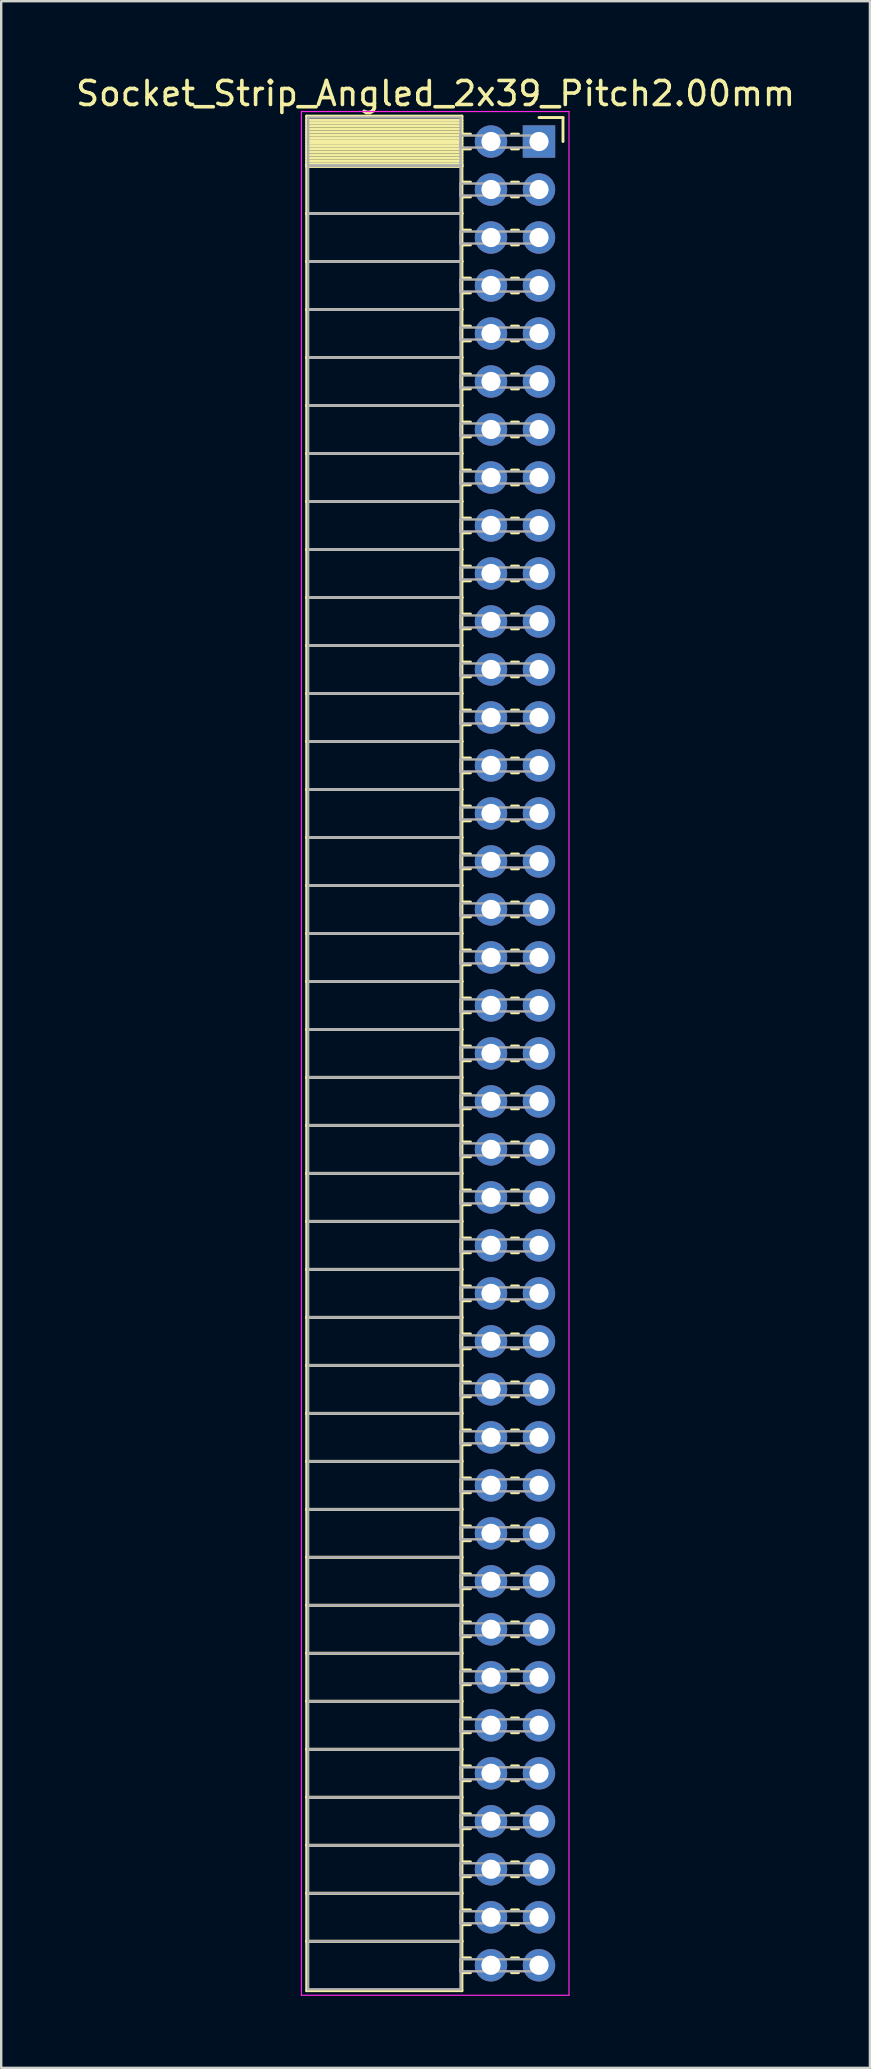
<source format=kicad_pcb>
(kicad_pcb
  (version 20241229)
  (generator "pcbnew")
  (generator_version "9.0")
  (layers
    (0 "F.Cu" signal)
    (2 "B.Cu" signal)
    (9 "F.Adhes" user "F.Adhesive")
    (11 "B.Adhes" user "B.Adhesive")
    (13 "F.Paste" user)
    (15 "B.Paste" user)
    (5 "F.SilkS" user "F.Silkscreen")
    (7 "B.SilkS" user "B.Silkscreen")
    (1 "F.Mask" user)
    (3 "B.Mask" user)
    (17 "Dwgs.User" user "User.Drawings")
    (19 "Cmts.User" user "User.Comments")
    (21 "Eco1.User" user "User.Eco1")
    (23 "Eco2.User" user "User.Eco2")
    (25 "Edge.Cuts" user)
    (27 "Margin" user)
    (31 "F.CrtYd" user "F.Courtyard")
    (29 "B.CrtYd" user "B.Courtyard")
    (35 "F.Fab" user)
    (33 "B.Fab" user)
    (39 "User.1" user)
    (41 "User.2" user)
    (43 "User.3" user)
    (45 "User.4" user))
  (footprint "Socket_Strip_Angled_2x39_Pitch2.00mm"
    (layer "F.Cu")
    (at 19.411 2.848)
    (property "Reference" "Socket_Strip_Angled_2x39_Pitch2.00mm" (at -4.31 -2 0) (layer "F.SilkS") (effects (font (size 1 1) (thickness 0.15))))
    (attr through_hole)
    (fp_line (start -9.68 -1.06) (end -3.21 -1.06) (stroke (width 0.12) (type solid)) (layer "F.SilkS"))
    (fp_line (start -9.68 1) (end -9.68 -1.06) (stroke (width 0.12) (type solid)) (layer "F.SilkS"))
    (fp_line (start -9.68 1) (end -3.21 1) (stroke (width 0.12) (type solid)) (layer "F.SilkS"))
    (fp_line (start -9.68 3) (end -9.68 1) (stroke (width 0.12) (type solid)) (layer "F.SilkS"))
    (fp_line (start -9.68 3) (end -3.21 3) (stroke (width 0.12) (type solid)) (layer "F.SilkS"))
    (fp_line (start -9.68 5) (end -9.68 3) (stroke (width 0.12) (type solid)) (layer "F.SilkS"))
    (fp_line (start -9.68 5) (end -3.21 5) (stroke (width 0.12) (type solid)) (layer "F.SilkS"))
    (fp_line (start -9.68 7) (end -9.68 5) (stroke (width 0.12) (type solid)) (layer "F.SilkS"))
    (fp_line (start -9.68 7) (end -3.21 7) (stroke (width 0.12) (type solid)) (layer "F.SilkS"))
    (fp_line (start -9.68 9) (end -9.68 7) (stroke (width 0.12) (type solid)) (layer "F.SilkS"))
    (fp_line (start -9.68 9) (end -3.21 9) (stroke (width 0.12) (type solid)) (layer "F.SilkS"))
    (fp_line (start -9.68 11) (end -9.68 9) (stroke (width 0.12) (type solid)) (layer "F.SilkS"))
    (fp_line (start -9.68 11) (end -3.21 11) (stroke (width 0.12) (type solid)) (layer "F.SilkS"))
    (fp_line (start -9.68 13) (end -9.68 11) (stroke (width 0.12) (type solid)) (layer "F.SilkS"))
    (fp_line (start -9.68 13) (end -3.21 13) (stroke (width 0.12) (type solid)) (layer "F.SilkS"))
    (fp_line (start -9.68 15) (end -9.68 13) (stroke (width 0.12) (type solid)) (layer "F.SilkS"))
    (fp_line (start -9.68 15) (end -3.21 15) (stroke (width 0.12) (type solid)) (layer "F.SilkS"))
    (fp_line (start -9.68 17) (end -9.68 15) (stroke (width 0.12) (type solid)) (layer "F.SilkS"))
    (fp_line (start -9.68 17) (end -3.21 17) (stroke (width 0.12) (type solid)) (layer "F.SilkS"))
    (fp_line (start -9.68 19) (end -9.68 17) (stroke (width 0.12) (type solid)) (layer "F.SilkS"))
    (fp_line (start -9.68 19) (end -3.21 19) (stroke (width 0.12) (type solid)) (layer "F.SilkS"))
    (fp_line (start -9.68 21) (end -9.68 19) (stroke (width 0.12) (type solid)) (layer "F.SilkS"))
    (fp_line (start -9.68 21) (end -3.21 21) (stroke (width 0.12) (type solid)) (layer "F.SilkS"))
    (fp_line (start -9.68 23) (end -9.68 21) (stroke (width 0.12) (type solid)) (layer "F.SilkS"))
    (fp_line (start -9.68 23) (end -3.21 23) (stroke (width 0.12) (type solid)) (layer "F.SilkS"))
    (fp_line (start -9.68 25) (end -9.68 23) (stroke (width 0.12) (type solid)) (layer "F.SilkS"))
    (fp_line (start -9.68 25) (end -3.21 25) (stroke (width 0.12) (type solid)) (layer "F.SilkS"))
    (fp_line (start -9.68 27) (end -9.68 25) (stroke (width 0.12) (type solid)) (layer "F.SilkS"))
    (fp_line (start -9.68 27) (end -3.21 27) (stroke (width 0.12) (type solid)) (layer "F.SilkS"))
    (fp_line (start -9.68 29) (end -9.68 27) (stroke (width 0.12) (type solid)) (layer "F.SilkS"))
    (fp_line (start -9.68 29) (end -3.21 29) (stroke (width 0.12) (type solid)) (layer "F.SilkS"))
    (fp_line (start -9.68 31) (end -9.68 29) (stroke (width 0.12) (type solid)) (layer "F.SilkS"))
    (fp_line (start -9.68 31) (end -3.21 31) (stroke (width 0.12) (type solid)) (layer "F.SilkS"))
    (fp_line (start -9.68 33) (end -9.68 31) (stroke (width 0.12) (type solid)) (layer "F.SilkS"))
    (fp_line (start -9.68 33) (end -3.21 33) (stroke (width 0.12) (type solid)) (layer "F.SilkS"))
    (fp_line (start -9.68 35) (end -9.68 33) (stroke (width 0.12) (type solid)) (layer "F.SilkS"))
    (fp_line (start -9.68 35) (end -3.21 35) (stroke (width 0.12) (type solid)) (layer "F.SilkS"))
    (fp_line (start -9.68 37) (end -9.68 35) (stroke (width 0.12) (type solid)) (layer "F.SilkS"))
    (fp_line (start -9.68 37) (end -3.21 37) (stroke (width 0.12) (type solid)) (layer "F.SilkS"))
    (fp_line (start -9.68 39) (end -9.68 37) (stroke (width 0.12) (type solid)) (layer "F.SilkS"))
    (fp_line (start -9.68 39) (end -3.21 39) (stroke (width 0.12) (type solid)) (layer "F.SilkS"))
    (fp_line (start -9.68 41) (end -9.68 39) (stroke (width 0.12) (type solid)) (layer "F.SilkS"))
    (fp_line (start -9.68 41) (end -3.21 41) (stroke (width 0.12) (type solid)) (layer "F.SilkS"))
    (fp_line (start -9.68 43) (end -9.68 41) (stroke (width 0.12) (type solid)) (layer "F.SilkS"))
    (fp_line (start -9.68 43) (end -3.21 43) (stroke (width 0.12) (type solid)) (layer "F.SilkS"))
    (fp_line (start -9.68 45) (end -9.68 43) (stroke (width 0.12) (type solid)) (layer "F.SilkS"))
    (fp_line (start -9.68 45) (end -3.21 45) (stroke (width 0.12) (type solid)) (layer "F.SilkS"))
    (fp_line (start -9.68 47) (end -9.68 45) (stroke (width 0.12) (type solid)) (layer "F.SilkS"))
    (fp_line (start -9.68 47) (end -3.21 47) (stroke (width 0.12) (type solid)) (layer "F.SilkS"))
    (fp_line (start -9.68 49) (end -9.68 47) (stroke (width 0.12) (type solid)) (layer "F.SilkS"))
    (fp_line (start -9.68 49) (end -3.21 49) (stroke (width 0.12) (type solid)) (layer "F.SilkS"))
    (fp_line (start -9.68 51) (end -9.68 49) (stroke (width 0.12) (type solid)) (layer "F.SilkS"))
    (fp_line (start -9.68 51) (end -3.21 51) (stroke (width 0.12) (type solid)) (layer "F.SilkS"))
    (fp_line (start -9.68 53) (end -9.68 51) (stroke (width 0.12) (type solid)) (layer "F.SilkS"))
    (fp_line (start -9.68 53) (end -3.21 53) (stroke (width 0.12) (type solid)) (layer "F.SilkS"))
    (fp_line (start -9.68 55) (end -9.68 53) (stroke (width 0.12) (type solid)) (layer "F.SilkS"))
    (fp_line (start -9.68 55) (end -3.21 55) (stroke (width 0.12) (type solid)) (layer "F.SilkS"))
    (fp_line (start -9.68 57) (end -9.68 55) (stroke (width 0.12) (type solid)) (layer "F.SilkS"))
    (fp_line (start -9.68 57) (end -3.21 57) (stroke (width 0.12) (type solid)) (layer "F.SilkS"))
    (fp_line (start -9.68 59) (end -9.68 57) (stroke (width 0.12) (type solid)) (layer "F.SilkS"))
    (fp_line (start -9.68 59) (end -3.21 59) (stroke (width 0.12) (type solid)) (layer "F.SilkS"))
    (fp_line (start -9.68 61) (end -9.68 59) (stroke (width 0.12) (type solid)) (layer "F.SilkS"))
    (fp_line (start -9.68 61) (end -3.21 61) (stroke (width 0.12) (type solid)) (layer "F.SilkS"))
    (fp_line (start -9.68 63) (end -9.68 61) (stroke (width 0.12) (type solid)) (layer "F.SilkS"))
    (fp_line (start -9.68 63) (end -3.21 63) (stroke (width 0.12) (type solid)) (layer "F.SilkS"))
    (fp_line (start -9.68 65) (end -9.68 63) (stroke (width 0.12) (type solid)) (layer "F.SilkS"))
    (fp_line (start -9.68 65) (end -3.21 65) (stroke (width 0.12) (type solid)) (layer "F.SilkS"))
    (fp_line (start -9.68 67) (end -9.68 65) (stroke (width 0.12) (type solid)) (layer "F.SilkS"))
    (fp_line (start -9.68 67) (end -3.21 67) (stroke (width 0.12) (type solid)) (layer "F.SilkS"))
    (fp_line (start -9.68 69) (end -9.68 67) (stroke (width 0.12) (type solid)) (layer "F.SilkS"))
    (fp_line (start -9.68 69) (end -3.21 69) (stroke (width 0.12) (type solid)) (layer "F.SilkS"))
    (fp_line (start -9.68 71) (end -9.68 69) (stroke (width 0.12) (type solid)) (layer "F.SilkS"))
    (fp_line (start -9.68 71) (end -3.21 71) (stroke (width 0.12) (type solid)) (layer "F.SilkS"))
    (fp_line (start -9.68 73) (end -9.68 71) (stroke (width 0.12) (type solid)) (layer "F.SilkS"))
    (fp_line (start -9.68 73) (end -3.21 73) (stroke (width 0.12) (type solid)) (layer "F.SilkS"))
    (fp_line (start -9.68 75) (end -9.68 73) (stroke (width 0.12) (type solid)) (layer "F.SilkS"))
    (fp_line (start -9.68 75) (end -3.21 75) (stroke (width 0.12) (type solid)) (layer "F.SilkS"))
    (fp_line (start -9.68 77.06) (end -9.68 75) (stroke (width 0.12) (type solid)) (layer "F.SilkS"))
    (fp_line (start -3.21 -1.06) (end -3.21 1) (stroke (width 0.12) (type solid)) (layer "F.SilkS"))
    (fp_line (start -3.21 -0.88) (end -9.68 -0.88) (stroke (width 0.12) (type solid)) (layer "F.SilkS"))
    (fp_line (start -3.21 -0.76) (end -9.68 -0.76) (stroke (width 0.12) (type solid)) (layer "F.SilkS"))
    (fp_line (start -3.21 -0.64) (end -9.68 -0.64) (stroke (width 0.12) (type solid)) (layer "F.SilkS"))
    (fp_line (start -3.21 -0.52) (end -9.68 -0.52) (stroke (width 0.12) (type solid)) (layer "F.SilkS"))
    (fp_line (start -3.21 -0.4) (end -9.68 -0.4) (stroke (width 0.12) (type solid)) (layer "F.SilkS"))
    (fp_line (start -3.21 -0.28) (end -9.68 -0.28) (stroke (width 0.12) (type solid)) (layer "F.SilkS"))
    (fp_line (start -3.21 -0.16) (end -9.68 -0.16) (stroke (width 0.12) (type solid)) (layer "F.SilkS"))
    (fp_line (start -3.21 -0.04) (end -9.68 -0.04) (stroke (width 0.12) (type solid)) (layer "F.SilkS"))
    (fp_line (start -3.21 0.08) (end -9.68 0.08) (stroke (width 0.12) (type solid)) (layer "F.SilkS"))
    (fp_line (start -3.21 0.2) (end -9.68 0.2) (stroke (width 0.12) (type solid)) (layer "F.SilkS"))
    (fp_line (start -3.21 0.32) (end -9.68 0.32) (stroke (width 0.12) (type solid)) (layer "F.SilkS"))
    (fp_line (start -3.21 0.44) (end -9.68 0.44) (stroke (width 0.12) (type solid)) (layer "F.SilkS"))
    (fp_line (start -3.21 0.56) (end -9.68 0.56) (stroke (width 0.12) (type solid)) (layer "F.SilkS"))
    (fp_line (start -3.21 0.68) (end -9.68 0.68) (stroke (width 0.12) (type solid)) (layer "F.SilkS"))
    (fp_line (start -3.21 0.8) (end -9.68 0.8) (stroke (width 0.12) (type solid)) (layer "F.SilkS"))
    (fp_line (start -3.21 0.92) (end -9.68 0.92) (stroke (width 0.12) (type solid)) (layer "F.SilkS"))
    (fp_line (start -3.21 1) (end -9.68 1) (stroke (width 0.12) (type solid)) (layer "F.SilkS"))
    (fp_line (start -3.21 1) (end -3.21 3) (stroke (width 0.12) (type solid)) (layer "F.SilkS"))
    (fp_line (start -3.21 1.04) (end -9.68 1.04) (stroke (width 0.12) (type solid)) (layer "F.SilkS"))
    (fp_line (start -3.21 3) (end -9.68 3) (stroke (width 0.12) (type solid)) (layer "F.SilkS"))
    (fp_line (start -3.21 3) (end -3.21 5) (stroke (width 0.12) (type solid)) (layer "F.SilkS"))
    (fp_line (start -3.21 5) (end -9.68 5) (stroke (width 0.12) (type solid)) (layer "F.SilkS"))
    (fp_line (start -3.21 5) (end -3.21 7) (stroke (width 0.12) (type solid)) (layer "F.SilkS"))
    (fp_line (start -3.21 7) (end -9.68 7) (stroke (width 0.12) (type solid)) (layer "F.SilkS"))
    (fp_line (start -3.21 7) (end -3.21 9) (stroke (width 0.12) (type solid)) (layer "F.SilkS"))
    (fp_line (start -3.21 9) (end -9.68 9) (stroke (width 0.12) (type solid)) (layer "F.SilkS"))
    (fp_line (start -3.21 9) (end -3.21 11) (stroke (width 0.12) (type solid)) (layer "F.SilkS"))
    (fp_line (start -3.21 11) (end -9.68 11) (stroke (width 0.12) (type solid)) (layer "F.SilkS"))
    (fp_line (start -3.21 11) (end -3.21 13) (stroke (width 0.12) (type solid)) (layer "F.SilkS"))
    (fp_line (start -3.21 13) (end -9.68 13) (stroke (width 0.12) (type solid)) (layer "F.SilkS"))
    (fp_line (start -3.21 13) (end -3.21 15) (stroke (width 0.12) (type solid)) (layer "F.SilkS"))
    (fp_line (start -3.21 15) (end -9.68 15) (stroke (width 0.12) (type solid)) (layer "F.SilkS"))
    (fp_line (start -3.21 15) (end -3.21 17) (stroke (width 0.12) (type solid)) (layer "F.SilkS"))
    (fp_line (start -3.21 17) (end -9.68 17) (stroke (width 0.12) (type solid)) (layer "F.SilkS"))
    (fp_line (start -3.21 17) (end -3.21 19) (stroke (width 0.12) (type solid)) (layer "F.SilkS"))
    (fp_line (start -3.21 19) (end -9.68 19) (stroke (width 0.12) (type solid)) (layer "F.SilkS"))
    (fp_line (start -3.21 19) (end -3.21 21) (stroke (width 0.12) (type solid)) (layer "F.SilkS"))
    (fp_line (start -3.21 21) (end -9.68 21) (stroke (width 0.12) (type solid)) (layer "F.SilkS"))
    (fp_line (start -3.21 21) (end -3.21 23) (stroke (width 0.12) (type solid)) (layer "F.SilkS"))
    (fp_line (start -3.21 23) (end -9.68 23) (stroke (width 0.12) (type solid)) (layer "F.SilkS"))
    (fp_line (start -3.21 23) (end -3.21 25) (stroke (width 0.12) (type solid)) (layer "F.SilkS"))
    (fp_line (start -3.21 25) (end -9.68 25) (stroke (width 0.12) (type solid)) (layer "F.SilkS"))
    (fp_line (start -3.21 25) (end -3.21 27) (stroke (width 0.12) (type solid)) (layer "F.SilkS"))
    (fp_line (start -3.21 27) (end -9.68 27) (stroke (width 0.12) (type solid)) (layer "F.SilkS"))
    (fp_line (start -3.21 27) (end -3.21 29) (stroke (width 0.12) (type solid)) (layer "F.SilkS"))
    (fp_line (start -3.21 29) (end -9.68 29) (stroke (width 0.12) (type solid)) (layer "F.SilkS"))
    (fp_line (start -3.21 29) (end -3.21 31) (stroke (width 0.12) (type solid)) (layer "F.SilkS"))
    (fp_line (start -3.21 31) (end -9.68 31) (stroke (width 0.12) (type solid)) (layer "F.SilkS"))
    (fp_line (start -3.21 31) (end -3.21 33) (stroke (width 0.12) (type solid)) (layer "F.SilkS"))
    (fp_line (start -3.21 33) (end -9.68 33) (stroke (width 0.12) (type solid)) (layer "F.SilkS"))
    (fp_line (start -3.21 33) (end -3.21 35) (stroke (width 0.12) (type solid)) (layer "F.SilkS"))
    (fp_line (start -3.21 35) (end -9.68 35) (stroke (width 0.12) (type solid)) (layer "F.SilkS"))
    (fp_line (start -3.21 35) (end -3.21 37) (stroke (width 0.12) (type solid)) (layer "F.SilkS"))
    (fp_line (start -3.21 37) (end -9.68 37) (stroke (width 0.12) (type solid)) (layer "F.SilkS"))
    (fp_line (start -3.21 37) (end -3.21 39) (stroke (width 0.12) (type solid)) (layer "F.SilkS"))
    (fp_line (start -3.21 39) (end -9.68 39) (stroke (width 0.12) (type solid)) (layer "F.SilkS"))
    (fp_line (start -3.21 39) (end -3.21 41) (stroke (width 0.12) (type solid)) (layer "F.SilkS"))
    (fp_line (start -3.21 41) (end -9.68 41) (stroke (width 0.12) (type solid)) (layer "F.SilkS"))
    (fp_line (start -3.21 41) (end -3.21 43) (stroke (width 0.12) (type solid)) (layer "F.SilkS"))
    (fp_line (start -3.21 43) (end -9.68 43) (stroke (width 0.12) (type solid)) (layer "F.SilkS"))
    (fp_line (start -3.21 43) (end -3.21 45) (stroke (width 0.12) (type solid)) (layer "F.SilkS"))
    (fp_line (start -3.21 45) (end -9.68 45) (stroke (width 0.12) (type solid)) (layer "F.SilkS"))
    (fp_line (start -3.21 45) (end -3.21 47) (stroke (width 0.12) (type solid)) (layer "F.SilkS"))
    (fp_line (start -3.21 47) (end -9.68 47) (stroke (width 0.12) (type solid)) (layer "F.SilkS"))
    (fp_line (start -3.21 47) (end -3.21 49) (stroke (width 0.12) (type solid)) (layer "F.SilkS"))
    (fp_line (start -3.21 49) (end -9.68 49) (stroke (width 0.12) (type solid)) (layer "F.SilkS"))
    (fp_line (start -3.21 49) (end -3.21 51) (stroke (width 0.12) (type solid)) (layer "F.SilkS"))
    (fp_line (start -3.21 51) (end -9.68 51) (stroke (width 0.12) (type solid)) (layer "F.SilkS"))
    (fp_line (start -3.21 51) (end -3.21 53) (stroke (width 0.12) (type solid)) (layer "F.SilkS"))
    (fp_line (start -3.21 53) (end -9.68 53) (stroke (width 0.12) (type solid)) (layer "F.SilkS"))
    (fp_line (start -3.21 53) (end -3.21 55) (stroke (width 0.12) (type solid)) (layer "F.SilkS"))
    (fp_line (start -3.21 55) (end -9.68 55) (stroke (width 0.12) (type solid)) (layer "F.SilkS"))
    (fp_line (start -3.21 55) (end -3.21 57) (stroke (width 0.12) (type solid)) (layer "F.SilkS"))
    (fp_line (start -3.21 57) (end -9.68 57) (stroke (width 0.12) (type solid)) (layer "F.SilkS"))
    (fp_line (start -3.21 57) (end -3.21 59) (stroke (width 0.12) (type solid)) (layer "F.SilkS"))
    (fp_line (start -3.21 59) (end -9.68 59) (stroke (width 0.12) (type solid)) (layer "F.SilkS"))
    (fp_line (start -3.21 59) (end -3.21 61) (stroke (width 0.12) (type solid)) (layer "F.SilkS"))
    (fp_line (start -3.21 61) (end -9.68 61) (stroke (width 0.12) (type solid)) (layer "F.SilkS"))
    (fp_line (start -3.21 61) (end -3.21 63) (stroke (width 0.12) (type solid)) (layer "F.SilkS"))
    (fp_line (start -3.21 63) (end -9.68 63) (stroke (width 0.12) (type solid)) (layer "F.SilkS"))
    (fp_line (start -3.21 63) (end -3.21 65) (stroke (width 0.12) (type solid)) (layer "F.SilkS"))
    (fp_line (start -3.21 65) (end -9.68 65) (stroke (width 0.12) (type solid)) (layer "F.SilkS"))
    (fp_line (start -3.21 65) (end -3.21 67) (stroke (width 0.12) (type solid)) (layer "F.SilkS"))
    (fp_line (start -3.21 67) (end -9.68 67) (stroke (width 0.12) (type solid)) (layer "F.SilkS"))
    (fp_line (start -3.21 67) (end -3.21 69) (stroke (width 0.12) (type solid)) (layer "F.SilkS"))
    (fp_line (start -3.21 69) (end -9.68 69) (stroke (width 0.12) (type solid)) (layer "F.SilkS"))
    (fp_line (start -3.21 69) (end -3.21 71) (stroke (width 0.12) (type solid)) (layer "F.SilkS"))
    (fp_line (start -3.21 71) (end -9.68 71) (stroke (width 0.12) (type solid)) (layer "F.SilkS"))
    (fp_line (start -3.21 71) (end -3.21 73) (stroke (width 0.12) (type solid)) (layer "F.SilkS"))
    (fp_line (start -3.21 73) (end -9.68 73) (stroke (width 0.12) (type solid)) (layer "F.SilkS"))
    (fp_line (start -3.21 73) (end -3.21 75) (stroke (width 0.12) (type solid)) (layer "F.SilkS"))
    (fp_line (start -3.21 75) (end -9.68 75) (stroke (width 0.12) (type solid)) (layer "F.SilkS"))
    (fp_line (start -3.21 75) (end -3.21 77.06) (stroke (width 0.12) (type solid)) (layer "F.SilkS"))
    (fp_line (start -3.21 77.06) (end -9.68 77.06) (stroke (width 0.12) (type solid)) (layer "F.SilkS"))
    (fp_line (start -2.855 -0.31) (end -3.21 -0.31) (stroke (width 0.12) (type solid)) (layer "F.SilkS"))
    (fp_line (start -2.855 0.31) (end -3.21 0.31) (stroke (width 0.12) (type solid)) (layer "F.SilkS"))
    (fp_line (start -2.855 1.69) (end -3.21 1.69) (stroke (width 0.12) (type solid)) (layer "F.SilkS"))
    (fp_line (start -2.855 2.31) (end -3.21 2.31) (stroke (width 0.12) (type solid)) (layer "F.SilkS"))
    (fp_line (start -2.855 3.69) (end -3.21 3.69) (stroke (width 0.12) (type solid)) (layer "F.SilkS"))
    (fp_line (start -2.855 4.31) (end -3.21 4.31) (stroke (width 0.12) (type solid)) (layer "F.SilkS"))
    (fp_line (start -2.855 5.69) (end -3.21 5.69) (stroke (width 0.12) (type solid)) (layer "F.SilkS"))
    (fp_line (start -2.855 6.31) (end -3.21 6.31) (stroke (width 0.12) (type solid)) (layer "F.SilkS"))
    (fp_line (start -2.855 7.69) (end -3.21 7.69) (stroke (width 0.12) (type solid)) (layer "F.SilkS"))
    (fp_line (start -2.855 8.31) (end -3.21 8.31) (stroke (width 0.12) (type solid)) (layer "F.SilkS"))
    (fp_line (start -2.855 9.69) (end -3.21 9.69) (stroke (width 0.12) (type solid)) (layer "F.SilkS"))
    (fp_line (start -2.855 10.31) (end -3.21 10.31) (stroke (width 0.12) (type solid)) (layer "F.SilkS"))
    (fp_line (start -2.855 11.69) (end -3.21 11.69) (stroke (width 0.12) (type solid)) (layer "F.SilkS"))
    (fp_line (start -2.855 12.31) (end -3.21 12.31) (stroke (width 0.12) (type solid)) (layer "F.SilkS"))
    (fp_line (start -2.855 13.69) (end -3.21 13.69) (stroke (width 0.12) (type solid)) (layer "F.SilkS"))
    (fp_line (start -2.855 14.31) (end -3.21 14.31) (stroke (width 0.12) (type solid)) (layer "F.SilkS"))
    (fp_line (start -2.855 15.69) (end -3.21 15.69) (stroke (width 0.12) (type solid)) (layer "F.SilkS"))
    (fp_line (start -2.855 16.31) (end -3.21 16.31) (stroke (width 0.12) (type solid)) (layer "F.SilkS"))
    (fp_line (start -2.855 17.69) (end -3.21 17.69) (stroke (width 0.12) (type solid)) (layer "F.SilkS"))
    (fp_line (start -2.855 18.31) (end -3.21 18.31) (stroke (width 0.12) (type solid)) (layer "F.SilkS"))
    (fp_line (start -2.855 19.69) (end -3.21 19.69) (stroke (width 0.12) (type solid)) (layer "F.SilkS"))
    (fp_line (start -2.855 20.31) (end -3.21 20.31) (stroke (width 0.12) (type solid)) (layer "F.SilkS"))
    (fp_line (start -2.855 21.69) (end -3.21 21.69) (stroke (width 0.12) (type solid)) (layer "F.SilkS"))
    (fp_line (start -2.855 22.31) (end -3.21 22.31) (stroke (width 0.12) (type solid)) (layer "F.SilkS"))
    (fp_line (start -2.855 23.69) (end -3.21 23.69) (stroke (width 0.12) (type solid)) (layer "F.SilkS"))
    (fp_line (start -2.855 24.31) (end -3.21 24.31) (stroke (width 0.12) (type solid)) (layer "F.SilkS"))
    (fp_line (start -2.855 25.69) (end -3.21 25.69) (stroke (width 0.12) (type solid)) (layer "F.SilkS"))
    (fp_line (start -2.855 26.31) (end -3.21 26.31) (stroke (width 0.12) (type solid)) (layer "F.SilkS"))
    (fp_line (start -2.855 27.69) (end -3.21 27.69) (stroke (width 0.12) (type solid)) (layer "F.SilkS"))
    (fp_line (start -2.855 28.31) (end -3.21 28.31) (stroke (width 0.12) (type solid)) (layer "F.SilkS"))
    (fp_line (start -2.855 29.69) (end -3.21 29.69) (stroke (width 0.12) (type solid)) (layer "F.SilkS"))
    (fp_line (start -2.855 30.31) (end -3.21 30.31) (stroke (width 0.12) (type solid)) (layer "F.SilkS"))
    (fp_line (start -2.855 31.69) (end -3.21 31.69) (stroke (width 0.12) (type solid)) (layer "F.SilkS"))
    (fp_line (start -2.855 32.31) (end -3.21 32.31) (stroke (width 0.12) (type solid)) (layer "F.SilkS"))
    (fp_line (start -2.855 33.69) (end -3.21 33.69) (stroke (width 0.12) (type solid)) (layer "F.SilkS"))
    (fp_line (start -2.855 34.31) (end -3.21 34.31) (stroke (width 0.12) (type solid)) (layer "F.SilkS"))
    (fp_line (start -2.855 35.69) (end -3.21 35.69) (stroke (width 0.12) (type solid)) (layer "F.SilkS"))
    (fp_line (start -2.855 36.31) (end -3.21 36.31) (stroke (width 0.12) (type solid)) (layer "F.SilkS"))
    (fp_line (start -2.855 37.69) (end -3.21 37.69) (stroke (width 0.12) (type solid)) (layer "F.SilkS"))
    (fp_line (start -2.855 38.31) (end -3.21 38.31) (stroke (width 0.12) (type solid)) (layer "F.SilkS"))
    (fp_line (start -2.855 39.69) (end -3.21 39.69) (stroke (width 0.12) (type solid)) (layer "F.SilkS"))
    (fp_line (start -2.855 40.31) (end -3.21 40.31) (stroke (width 0.12) (type solid)) (layer "F.SilkS"))
    (fp_line (start -2.855 41.69) (end -3.21 41.69) (stroke (width 0.12) (type solid)) (layer "F.SilkS"))
    (fp_line (start -2.855 42.31) (end -3.21 42.31) (stroke (width 0.12) (type solid)) (layer "F.SilkS"))
    (fp_line (start -2.855 43.69) (end -3.21 43.69) (stroke (width 0.12) (type solid)) (layer "F.SilkS"))
    (fp_line (start -2.855 44.31) (end -3.21 44.31) (stroke (width 0.12) (type solid)) (layer "F.SilkS"))
    (fp_line (start -2.855 45.69) (end -3.21 45.69) (stroke (width 0.12) (type solid)) (layer "F.SilkS"))
    (fp_line (start -2.855 46.31) (end -3.21 46.31) (stroke (width 0.12) (type solid)) (layer "F.SilkS"))
    (fp_line (start -2.855 47.69) (end -3.21 47.69) (stroke (width 0.12) (type solid)) (layer "F.SilkS"))
    (fp_line (start -2.855 48.31) (end -3.21 48.31) (stroke (width 0.12) (type solid)) (layer "F.SilkS"))
    (fp_line (start -2.855 49.69) (end -3.21 49.69) (stroke (width 0.12) (type solid)) (layer "F.SilkS"))
    (fp_line (start -2.855 50.31) (end -3.21 50.31) (stroke (width 0.12) (type solid)) (layer "F.SilkS"))
    (fp_line (start -2.855 51.69) (end -3.21 51.69) (stroke (width 0.12) (type solid)) (layer "F.SilkS"))
    (fp_line (start -2.855 52.31) (end -3.21 52.31) (stroke (width 0.12) (type solid)) (layer "F.SilkS"))
    (fp_line (start -2.855 53.69) (end -3.21 53.69) (stroke (width 0.12) (type solid)) (layer "F.SilkS"))
    (fp_line (start -2.855 54.31) (end -3.21 54.31) (stroke (width 0.12) (type solid)) (layer "F.SilkS"))
    (fp_line (start -2.855 55.69) (end -3.21 55.69) (stroke (width 0.12) (type solid)) (layer "F.SilkS"))
    (fp_line (start -2.855 56.31) (end -3.21 56.31) (stroke (width 0.12) (type solid)) (layer "F.SilkS"))
    (fp_line (start -2.855 57.69) (end -3.21 57.69) (stroke (width 0.12) (type solid)) (layer "F.SilkS"))
    (fp_line (start -2.855 58.31) (end -3.21 58.31) (stroke (width 0.12) (type solid)) (layer "F.SilkS"))
    (fp_line (start -2.855 59.69) (end -3.21 59.69) (stroke (width 0.12) (type solid)) (layer "F.SilkS"))
    (fp_line (start -2.855 60.31) (end -3.21 60.31) (stroke (width 0.12) (type solid)) (layer "F.SilkS"))
    (fp_line (start -2.855 61.69) (end -3.21 61.69) (stroke (width 0.12) (type solid)) (layer "F.SilkS"))
    (fp_line (start -2.855 62.31) (end -3.21 62.31) (stroke (width 0.12) (type solid)) (layer "F.SilkS"))
    (fp_line (start -2.855 63.69) (end -3.21 63.69) (stroke (width 0.12) (type solid)) (layer "F.SilkS"))
    (fp_line (start -2.855 64.31) (end -3.21 64.31) (stroke (width 0.12) (type solid)) (layer "F.SilkS"))
    (fp_line (start -2.855 65.69) (end -3.21 65.69) (stroke (width 0.12) (type solid)) (layer "F.SilkS"))
    (fp_line (start -2.855 66.31) (end -3.21 66.31) (stroke (width 0.12) (type solid)) (layer "F.SilkS"))
    (fp_line (start -2.855 67.69) (end -3.21 67.69) (stroke (width 0.12) (type solid)) (layer "F.SilkS"))
    (fp_line (start -2.855 68.31) (end -3.21 68.31) (stroke (width 0.12) (type solid)) (layer "F.SilkS"))
    (fp_line (start -2.855 69.69) (end -3.21 69.69) (stroke (width 0.12) (type solid)) (layer "F.SilkS"))
    (fp_line (start -2.855 70.31) (end -3.21 70.31) (stroke (width 0.12) (type solid)) (layer "F.SilkS"))
    (fp_line (start -2.855 71.69) (end -3.21 71.69) (stroke (width 0.12) (type solid)) (layer "F.SilkS"))
    (fp_line (start -2.855 72.31) (end -3.21 72.31) (stroke (width 0.12) (type solid)) (layer "F.SilkS"))
    (fp_line (start -2.855 73.69) (end -3.21 73.69) (stroke (width 0.12) (type solid)) (layer "F.SilkS"))
    (fp_line (start -2.855 74.31) (end -3.21 74.31) (stroke (width 0.12) (type solid)) (layer "F.SilkS"))
    (fp_line (start -2.855 75.69) (end -3.21 75.69) (stroke (width 0.12) (type solid)) (layer "F.SilkS"))
    (fp_line (start -2.855 76.31) (end -3.21 76.31) (stroke (width 0.12) (type solid)) (layer "F.SilkS"))
    (fp_line (start -0.855 -0.31) (end -1.145 -0.31) (stroke (width 0.12) (type solid)) (layer "F.SilkS"))
    (fp_line (start -0.855 0.31) (end -1.145 0.31) (stroke (width 0.12) (type solid)) (layer "F.SilkS"))
    (fp_line (start -0.855 1.69) (end -1.145 1.69) (stroke (width 0.12) (type solid)) (layer "F.SilkS"))
    (fp_line (start -0.855 2.31) (end -1.145 2.31) (stroke (width 0.12) (type solid)) (layer "F.SilkS"))
    (fp_line (start -0.855 3.69) (end -1.145 3.69) (stroke (width 0.12) (type solid)) (layer "F.SilkS"))
    (fp_line (start -0.855 4.31) (end -1.145 4.31) (stroke (width 0.12) (type solid)) (layer "F.SilkS"))
    (fp_line (start -0.855 5.69) (end -1.145 5.69) (stroke (width 0.12) (type solid)) (layer "F.SilkS"))
    (fp_line (start -0.855 6.31) (end -1.145 6.31) (stroke (width 0.12) (type solid)) (layer "F.SilkS"))
    (fp_line (start -0.855 7.69) (end -1.145 7.69) (stroke (width 0.12) (type solid)) (layer "F.SilkS"))
    (fp_line (start -0.855 8.31) (end -1.145 8.31) (stroke (width 0.12) (type solid)) (layer "F.SilkS"))
    (fp_line (start -0.855 9.69) (end -1.145 9.69) (stroke (width 0.12) (type solid)) (layer "F.SilkS"))
    (fp_line (start -0.855 10.31) (end -1.145 10.31) (stroke (width 0.12) (type solid)) (layer "F.SilkS"))
    (fp_line (start -0.855 11.69) (end -1.145 11.69) (stroke (width 0.12) (type solid)) (layer "F.SilkS"))
    (fp_line (start -0.855 12.31) (end -1.145 12.31) (stroke (width 0.12) (type solid)) (layer "F.SilkS"))
    (fp_line (start -0.855 13.69) (end -1.145 13.69) (stroke (width 0.12) (type solid)) (layer "F.SilkS"))
    (fp_line (start -0.855 14.31) (end -1.145 14.31) (stroke (width 0.12) (type solid)) (layer "F.SilkS"))
    (fp_line (start -0.855 15.69) (end -1.145 15.69) (stroke (width 0.12) (type solid)) (layer "F.SilkS"))
    (fp_line (start -0.855 16.31) (end -1.145 16.31) (stroke (width 0.12) (type solid)) (layer "F.SilkS"))
    (fp_line (start -0.855 17.69) (end -1.145 17.69) (stroke (width 0.12) (type solid)) (layer "F.SilkS"))
    (fp_line (start -0.855 18.31) (end -1.145 18.31) (stroke (width 0.12) (type solid)) (layer "F.SilkS"))
    (fp_line (start -0.855 19.69) (end -1.145 19.69) (stroke (width 0.12) (type solid)) (layer "F.SilkS"))
    (fp_line (start -0.855 20.31) (end -1.145 20.31) (stroke (width 0.12) (type solid)) (layer "F.SilkS"))
    (fp_line (start -0.855 21.69) (end -1.145 21.69) (stroke (width 0.12) (type solid)) (layer "F.SilkS"))
    (fp_line (start -0.855 22.31) (end -1.145 22.31) (stroke (width 0.12) (type solid)) (layer "F.SilkS"))
    (fp_line (start -0.855 23.69) (end -1.145 23.69) (stroke (width 0.12) (type solid)) (layer "F.SilkS"))
    (fp_line (start -0.855 24.31) (end -1.145 24.31) (stroke (width 0.12) (type solid)) (layer "F.SilkS"))
    (fp_line (start -0.855 25.69) (end -1.145 25.69) (stroke (width 0.12) (type solid)) (layer "F.SilkS"))
    (fp_line (start -0.855 26.31) (end -1.145 26.31) (stroke (width 0.12) (type solid)) (layer "F.SilkS"))
    (fp_line (start -0.855 27.69) (end -1.145 27.69) (stroke (width 0.12) (type solid)) (layer "F.SilkS"))
    (fp_line (start -0.855 28.31) (end -1.145 28.31) (stroke (width 0.12) (type solid)) (layer "F.SilkS"))
    (fp_line (start -0.855 29.69) (end -1.145 29.69) (stroke (width 0.12) (type solid)) (layer "F.SilkS"))
    (fp_line (start -0.855 30.31) (end -1.145 30.31) (stroke (width 0.12) (type solid)) (layer "F.SilkS"))
    (fp_line (start -0.855 31.69) (end -1.145 31.69) (stroke (width 0.12) (type solid)) (layer "F.SilkS"))
    (fp_line (start -0.855 32.31) (end -1.145 32.31) (stroke (width 0.12) (type solid)) (layer "F.SilkS"))
    (fp_line (start -0.855 33.69) (end -1.145 33.69) (stroke (width 0.12) (type solid)) (layer "F.SilkS"))
    (fp_line (start -0.855 34.31) (end -1.145 34.31) (stroke (width 0.12) (type solid)) (layer "F.SilkS"))
    (fp_line (start -0.855 35.69) (end -1.145 35.69) (stroke (width 0.12) (type solid)) (layer "F.SilkS"))
    (fp_line (start -0.855 36.31) (end -1.145 36.31) (stroke (width 0.12) (type solid)) (layer "F.SilkS"))
    (fp_line (start -0.855 37.69) (end -1.145 37.69) (stroke (width 0.12) (type solid)) (layer "F.SilkS"))
    (fp_line (start -0.855 38.31) (end -1.145 38.31) (stroke (width 0.12) (type solid)) (layer "F.SilkS"))
    (fp_line (start -0.855 39.69) (end -1.145 39.69) (stroke (width 0.12) (type solid)) (layer "F.SilkS"))
    (fp_line (start -0.855 40.31) (end -1.145 40.31) (stroke (width 0.12) (type solid)) (layer "F.SilkS"))
    (fp_line (start -0.855 41.69) (end -1.145 41.69) (stroke (width 0.12) (type solid)) (layer "F.SilkS"))
    (fp_line (start -0.855 42.31) (end -1.145 42.31) (stroke (width 0.12) (type solid)) (layer "F.SilkS"))
    (fp_line (start -0.855 43.69) (end -1.145 43.69) (stroke (width 0.12) (type solid)) (layer "F.SilkS"))
    (fp_line (start -0.855 44.31) (end -1.145 44.31) (stroke (width 0.12) (type solid)) (layer "F.SilkS"))
    (fp_line (start -0.855 45.69) (end -1.145 45.69) (stroke (width 0.12) (type solid)) (layer "F.SilkS"))
    (fp_line (start -0.855 46.31) (end -1.145 46.31) (stroke (width 0.12) (type solid)) (layer "F.SilkS"))
    (fp_line (start -0.855 47.69) (end -1.145 47.69) (stroke (width 0.12) (type solid)) (layer "F.SilkS"))
    (fp_line (start -0.855 48.31) (end -1.145 48.31) (stroke (width 0.12) (type solid)) (layer "F.SilkS"))
    (fp_line (start -0.855 49.69) (end -1.145 49.69) (stroke (width 0.12) (type solid)) (layer "F.SilkS"))
    (fp_line (start -0.855 50.31) (end -1.145 50.31) (stroke (width 0.12) (type solid)) (layer "F.SilkS"))
    (fp_line (start -0.855 51.69) (end -1.145 51.69) (stroke (width 0.12) (type solid)) (layer "F.SilkS"))
    (fp_line (start -0.855 52.31) (end -1.145 52.31) (stroke (width 0.12) (type solid)) (layer "F.SilkS"))
    (fp_line (start -0.855 53.69) (end -1.145 53.69) (stroke (width 0.12) (type solid)) (layer "F.SilkS"))
    (fp_line (start -0.855 54.31) (end -1.145 54.31) (stroke (width 0.12) (type solid)) (layer "F.SilkS"))
    (fp_line (start -0.855 55.69) (end -1.145 55.69) (stroke (width 0.12) (type solid)) (layer "F.SilkS"))
    (fp_line (start -0.855 56.31) (end -1.145 56.31) (stroke (width 0.12) (type solid)) (layer "F.SilkS"))
    (fp_line (start -0.855 57.69) (end -1.145 57.69) (stroke (width 0.12) (type solid)) (layer "F.SilkS"))
    (fp_line (start -0.855 58.31) (end -1.145 58.31) (stroke (width 0.12) (type solid)) (layer "F.SilkS"))
    (fp_line (start -0.855 59.69) (end -1.145 59.69) (stroke (width 0.12) (type solid)) (layer "F.SilkS"))
    (fp_line (start -0.855 60.31) (end -1.145 60.31) (stroke (width 0.12) (type solid)) (layer "F.SilkS"))
    (fp_line (start -0.855 61.69) (end -1.145 61.69) (stroke (width 0.12) (type solid)) (layer "F.SilkS"))
    (fp_line (start -0.855 62.31) (end -1.145 62.31) (stroke (width 0.12) (type solid)) (layer "F.SilkS"))
    (fp_line (start -0.855 63.69) (end -1.145 63.69) (stroke (width 0.12) (type solid)) (layer "F.SilkS"))
    (fp_line (start -0.855 64.31) (end -1.145 64.31) (stroke (width 0.12) (type solid)) (layer "F.SilkS"))
    (fp_line (start -0.855 65.69) (end -1.145 65.69) (stroke (width 0.12) (type solid)) (layer "F.SilkS"))
    (fp_line (start -0.855 66.31) (end -1.145 66.31) (stroke (width 0.12) (type solid)) (layer "F.SilkS"))
    (fp_line (start -0.855 67.69) (end -1.145 67.69) (stroke (width 0.12) (type solid)) (layer "F.SilkS"))
    (fp_line (start -0.855 68.31) (end -1.145 68.31) (stroke (width 0.12) (type solid)) (layer "F.SilkS"))
    (fp_line (start -0.855 69.69) (end -1.145 69.69) (stroke (width 0.12) (type solid)) (layer "F.SilkS"))
    (fp_line (start -0.855 70.31) (end -1.145 70.31) (stroke (width 0.12) (type solid)) (layer "F.SilkS"))
    (fp_line (start -0.855 71.69) (end -1.145 71.69) (stroke (width 0.12) (type solid)) (layer "F.SilkS"))
    (fp_line (start -0.855 72.31) (end -1.145 72.31) (stroke (width 0.12) (type solid)) (layer "F.SilkS"))
    (fp_line (start -0.855 73.69) (end -1.145 73.69) (stroke (width 0.12) (type solid)) (layer "F.SilkS"))
    (fp_line (start -0.855 74.31) (end -1.145 74.31) (stroke (width 0.12) (type solid)) (layer "F.SilkS"))
    (fp_line (start -0.855 75.69) (end -1.145 75.69) (stroke (width 0.12) (type solid)) (layer "F.SilkS"))
    (fp_line (start -0.855 76.31) (end -1.145 76.31) (stroke (width 0.12) (type solid)) (layer "F.SilkS"))
    (fp_line (start 0 -1) (end 1 -1) (stroke (width 0.12) (type solid)) (layer "F.SilkS"))
    (fp_line (start 1 -1) (end 1 0) (stroke (width 0.12) (type solid)) (layer "F.SilkS"))
    (fp_line (start -9.9 -1.25) (end 1.25 -1.25) (stroke (width 0.05) (type solid)) (layer "F.CrtYd"))
    (fp_line (start -9.9 77.25) (end -9.9 -1.25) (stroke (width 0.05) (type solid)) (layer "F.CrtYd"))
    (fp_line (start 1.25 -1.25) (end 1.25 77.25) (stroke (width 0.05) (type solid)) (layer "F.CrtYd"))
    (fp_line (start 1.25 77.25) (end -9.9 77.25) (stroke (width 0.05) (type solid)) (layer "F.CrtYd"))
    (fp_line (start -9.62 -1) (end -3.27 -1) (stroke (width 0.1) (type solid)) (layer "F.Fab"))
    (fp_line (start -9.62 1) (end -9.62 -1) (stroke (width 0.1) (type solid)) (layer "F.Fab"))
    (fp_line (start -9.62 1) (end -3.27 1) (stroke (width 0.1) (type solid)) (layer "F.Fab"))
    (fp_line (start -9.62 3) (end -9.62 1) (stroke (width 0.1) (type solid)) (layer "F.Fab"))
    (fp_line (start -9.62 3) (end -3.27 3) (stroke (width 0.1) (type solid)) (layer "F.Fab"))
    (fp_line (start -9.62 5) (end -9.62 3) (stroke (width 0.1) (type solid)) (layer "F.Fab"))
    (fp_line (start -9.62 5) (end -3.27 5) (stroke (width 0.1) (type solid)) (layer "F.Fab"))
    (fp_line (start -9.62 7) (end -9.62 5) (stroke (width 0.1) (type solid)) (layer "F.Fab"))
    (fp_line (start -9.62 7) (end -3.27 7) (stroke (width 0.1) (type solid)) (layer "F.Fab"))
    (fp_line (start -9.62 9) (end -9.62 7) (stroke (width 0.1) (type solid)) (layer "F.Fab"))
    (fp_line (start -9.62 9) (end -3.27 9) (stroke (width 0.1) (type solid)) (layer "F.Fab"))
    (fp_line (start -9.62 11) (end -9.62 9) (stroke (width 0.1) (type solid)) (layer "F.Fab"))
    (fp_line (start -9.62 11) (end -3.27 11) (stroke (width 0.1) (type solid)) (layer "F.Fab"))
    (fp_line (start -9.62 13) (end -9.62 11) (stroke (width 0.1) (type solid)) (layer "F.Fab"))
    (fp_line (start -9.62 13) (end -3.27 13) (stroke (width 0.1) (type solid)) (layer "F.Fab"))
    (fp_line (start -9.62 15) (end -9.62 13) (stroke (width 0.1) (type solid)) (layer "F.Fab"))
    (fp_line (start -9.62 15) (end -3.27 15) (stroke (width 0.1) (type solid)) (layer "F.Fab"))
    (fp_line (start -9.62 17) (end -9.62 15) (stroke (width 0.1) (type solid)) (layer "F.Fab"))
    (fp_line (start -9.62 17) (end -3.27 17) (stroke (width 0.1) (type solid)) (layer "F.Fab"))
    (fp_line (start -9.62 19) (end -9.62 17) (stroke (width 0.1) (type solid)) (layer "F.Fab"))
    (fp_line (start -9.62 19) (end -3.27 19) (stroke (width 0.1) (type solid)) (layer "F.Fab"))
    (fp_line (start -9.62 21) (end -9.62 19) (stroke (width 0.1) (type solid)) (layer "F.Fab"))
    (fp_line (start -9.62 21) (end -3.27 21) (stroke (width 0.1) (type solid)) (layer "F.Fab"))
    (fp_line (start -9.62 23) (end -9.62 21) (stroke (width 0.1) (type solid)) (layer "F.Fab"))
    (fp_line (start -9.62 23) (end -3.27 23) (stroke (width 0.1) (type solid)) (layer "F.Fab"))
    (fp_line (start -9.62 25) (end -9.62 23) (stroke (width 0.1) (type solid)) (layer "F.Fab"))
    (fp_line (start -9.62 25) (end -3.27 25) (stroke (width 0.1) (type solid)) (layer "F.Fab"))
    (fp_line (start -9.62 27) (end -9.62 25) (stroke (width 0.1) (type solid)) (layer "F.Fab"))
    (fp_line (start -9.62 27) (end -3.27 27) (stroke (width 0.1) (type solid)) (layer "F.Fab"))
    (fp_line (start -9.62 29) (end -9.62 27) (stroke (width 0.1) (type solid)) (layer "F.Fab"))
    (fp_line (start -9.62 29) (end -3.27 29) (stroke (width 0.1) (type solid)) (layer "F.Fab"))
    (fp_line (start -9.62 31) (end -9.62 29) (stroke (width 0.1) (type solid)) (layer "F.Fab"))
    (fp_line (start -9.62 31) (end -3.27 31) (stroke (width 0.1) (type solid)) (layer "F.Fab"))
    (fp_line (start -9.62 33) (end -9.62 31) (stroke (width 0.1) (type solid)) (layer "F.Fab"))
    (fp_line (start -9.62 33) (end -3.27 33) (stroke (width 0.1) (type solid)) (layer "F.Fab"))
    (fp_line (start -9.62 35) (end -9.62 33) (stroke (width 0.1) (type solid)) (layer "F.Fab"))
    (fp_line (start -9.62 35) (end -3.27 35) (stroke (width 0.1) (type solid)) (layer "F.Fab"))
    (fp_line (start -9.62 37) (end -9.62 35) (stroke (width 0.1) (type solid)) (layer "F.Fab"))
    (fp_line (start -9.62 37) (end -3.27 37) (stroke (width 0.1) (type solid)) (layer "F.Fab"))
    (fp_line (start -9.62 39) (end -9.62 37) (stroke (width 0.1) (type solid)) (layer "F.Fab"))
    (fp_line (start -9.62 39) (end -3.27 39) (stroke (width 0.1) (type solid)) (layer "F.Fab"))
    (fp_line (start -9.62 41) (end -9.62 39) (stroke (width 0.1) (type solid)) (layer "F.Fab"))
    (fp_line (start -9.62 41) (end -3.27 41) (stroke (width 0.1) (type solid)) (layer "F.Fab"))
    (fp_line (start -9.62 43) (end -9.62 41) (stroke (width 0.1) (type solid)) (layer "F.Fab"))
    (fp_line (start -9.62 43) (end -3.27 43) (stroke (width 0.1) (type solid)) (layer "F.Fab"))
    (fp_line (start -9.62 45) (end -9.62 43) (stroke (width 0.1) (type solid)) (layer "F.Fab"))
    (fp_line (start -9.62 45) (end -3.27 45) (stroke (width 0.1) (type solid)) (layer "F.Fab"))
    (fp_line (start -9.62 47) (end -9.62 45) (stroke (width 0.1) (type solid)) (layer "F.Fab"))
    (fp_line (start -9.62 47) (end -3.27 47) (stroke (width 0.1) (type solid)) (layer "F.Fab"))
    (fp_line (start -9.62 49) (end -9.62 47) (stroke (width 0.1) (type solid)) (layer "F.Fab"))
    (fp_line (start -9.62 49) (end -3.27 49) (stroke (width 0.1) (type solid)) (layer "F.Fab"))
    (fp_line (start -9.62 51) (end -9.62 49) (stroke (width 0.1) (type solid)) (layer "F.Fab"))
    (fp_line (start -9.62 51) (end -3.27 51) (stroke (width 0.1) (type solid)) (layer "F.Fab"))
    (fp_line (start -9.62 53) (end -9.62 51) (stroke (width 0.1) (type solid)) (layer "F.Fab"))
    (fp_line (start -9.62 53) (end -3.27 53) (stroke (width 0.1) (type solid)) (layer "F.Fab"))
    (fp_line (start -9.62 55) (end -9.62 53) (stroke (width 0.1) (type solid)) (layer "F.Fab"))
    (fp_line (start -9.62 55) (end -3.27 55) (stroke (width 0.1) (type solid)) (layer "F.Fab"))
    (fp_line (start -9.62 57) (end -9.62 55) (stroke (width 0.1) (type solid)) (layer "F.Fab"))
    (fp_line (start -9.62 57) (end -3.27 57) (stroke (width 0.1) (type solid)) (layer "F.Fab"))
    (fp_line (start -9.62 59) (end -9.62 57) (stroke (width 0.1) (type solid)) (layer "F.Fab"))
    (fp_line (start -9.62 59) (end -3.27 59) (stroke (width 0.1) (type solid)) (layer "F.Fab"))
    (fp_line (start -9.62 61) (end -9.62 59) (stroke (width 0.1) (type solid)) (layer "F.Fab"))
    (fp_line (start -9.62 61) (end -3.27 61) (stroke (width 0.1) (type solid)) (layer "F.Fab"))
    (fp_line (start -9.62 63) (end -9.62 61) (stroke (width 0.1) (type solid)) (layer "F.Fab"))
    (fp_line (start -9.62 63) (end -3.27 63) (stroke (width 0.1) (type solid)) (layer "F.Fab"))
    (fp_line (start -9.62 65) (end -9.62 63) (stroke (width 0.1) (type solid)) (layer "F.Fab"))
    (fp_line (start -9.62 65) (end -3.27 65) (stroke (width 0.1) (type solid)) (layer "F.Fab"))
    (fp_line (start -9.62 67) (end -9.62 65) (stroke (width 0.1) (type solid)) (layer "F.Fab"))
    (fp_line (start -9.62 67) (end -3.27 67) (stroke (width 0.1) (type solid)) (layer "F.Fab"))
    (fp_line (start -9.62 69) (end -9.62 67) (stroke (width 0.1) (type solid)) (layer "F.Fab"))
    (fp_line (start -9.62 69) (end -3.27 69) (stroke (width 0.1) (type solid)) (layer "F.Fab"))
    (fp_line (start -9.62 71) (end -9.62 69) (stroke (width 0.1) (type solid)) (layer "F.Fab"))
    (fp_line (start -9.62 71) (end -3.27 71) (stroke (width 0.1) (type solid)) (layer "F.Fab"))
    (fp_line (start -9.62 73) (end -9.62 71) (stroke (width 0.1) (type solid)) (layer "F.Fab"))
    (fp_line (start -9.62 73) (end -3.27 73) (stroke (width 0.1) (type solid)) (layer "F.Fab"))
    (fp_line (start -9.62 75) (end -9.62 73) (stroke (width 0.1) (type solid)) (layer "F.Fab"))
    (fp_line (start -9.62 75) (end -3.27 75) (stroke (width 0.1) (type solid)) (layer "F.Fab"))
    (fp_line (start -9.62 77) (end -9.62 75) (stroke (width 0.1) (type solid)) (layer "F.Fab"))
    (fp_line (start -3.27 -1) (end -3.27 1) (stroke (width 0.1) (type solid)) (layer "F.Fab"))
    (fp_line (start -3.27 -0.25) (end 0 -0.25) (stroke (width 0.1) (type solid)) (layer "F.Fab"))
    (fp_line (start -3.27 0.25) (end -3.27 -0.25) (stroke (width 0.1) (type solid)) (layer "F.Fab"))
    (fp_line (start -3.27 1) (end -9.62 1) (stroke (width 0.1) (type solid)) (layer "F.Fab"))
    (fp_line (start -3.27 1) (end -3.27 3) (stroke (width 0.1) (type solid)) (layer "F.Fab"))
    (fp_line (start -3.27 1.75) (end 0 1.75) (stroke (width 0.1) (type solid)) (layer "F.Fab"))
    (fp_line (start -3.27 2.25) (end -3.27 1.75) (stroke (width 0.1) (type solid)) (layer "F.Fab"))
    (fp_line (start -3.27 3) (end -9.62 3) (stroke (width 0.1) (type solid)) (layer "F.Fab"))
    (fp_line (start -3.27 3) (end -3.27 5) (stroke (width 0.1) (type solid)) (layer "F.Fab"))
    (fp_line (start -3.27 3.75) (end 0 3.75) (stroke (width 0.1) (type solid)) (layer "F.Fab"))
    (fp_line (start -3.27 4.25) (end -3.27 3.75) (stroke (width 0.1) (type solid)) (layer "F.Fab"))
    (fp_line (start -3.27 5) (end -9.62 5) (stroke (width 0.1) (type solid)) (layer "F.Fab"))
    (fp_line (start -3.27 5) (end -3.27 7) (stroke (width 0.1) (type solid)) (layer "F.Fab"))
    (fp_line (start -3.27 5.75) (end 0 5.75) (stroke (width 0.1) (type solid)) (layer "F.Fab"))
    (fp_line (start -3.27 6.25) (end -3.27 5.75) (stroke (width 0.1) (type solid)) (layer "F.Fab"))
    (fp_line (start -3.27 7) (end -9.62 7) (stroke (width 0.1) (type solid)) (layer "F.Fab"))
    (fp_line (start -3.27 7) (end -3.27 9) (stroke (width 0.1) (type solid)) (layer "F.Fab"))
    (fp_line (start -3.27 7.75) (end 0 7.75) (stroke (width 0.1) (type solid)) (layer "F.Fab"))
    (fp_line (start -3.27 8.25) (end -3.27 7.75) (stroke (width 0.1) (type solid)) (layer "F.Fab"))
    (fp_line (start -3.27 9) (end -9.62 9) (stroke (width 0.1) (type solid)) (layer "F.Fab"))
    (fp_line (start -3.27 9) (end -3.27 11) (stroke (width 0.1) (type solid)) (layer "F.Fab"))
    (fp_line (start -3.27 9.75) (end 0 9.75) (stroke (width 0.1) (type solid)) (layer "F.Fab"))
    (fp_line (start -3.27 10.25) (end -3.27 9.75) (stroke (width 0.1) (type solid)) (layer "F.Fab"))
    (fp_line (start -3.27 11) (end -9.62 11) (stroke (width 0.1) (type solid)) (layer "F.Fab"))
    (fp_line (start -3.27 11) (end -3.27 13) (stroke (width 0.1) (type solid)) (layer "F.Fab"))
    (fp_line (start -3.27 11.75) (end 0 11.75) (stroke (width 0.1) (type solid)) (layer "F.Fab"))
    (fp_line (start -3.27 12.25) (end -3.27 11.75) (stroke (width 0.1) (type solid)) (layer "F.Fab"))
    (fp_line (start -3.27 13) (end -9.62 13) (stroke (width 0.1) (type solid)) (layer "F.Fab"))
    (fp_line (start -3.27 13) (end -3.27 15) (stroke (width 0.1) (type solid)) (layer "F.Fab"))
    (fp_line (start -3.27 13.75) (end 0 13.75) (stroke (width 0.1) (type solid)) (layer "F.Fab"))
    (fp_line (start -3.27 14.25) (end -3.27 13.75) (stroke (width 0.1) (type solid)) (layer "F.Fab"))
    (fp_line (start -3.27 15) (end -9.62 15) (stroke (width 0.1) (type solid)) (layer "F.Fab"))
    (fp_line (start -3.27 15) (end -3.27 17) (stroke (width 0.1) (type solid)) (layer "F.Fab"))
    (fp_line (start -3.27 15.75) (end 0 15.75) (stroke (width 0.1) (type solid)) (layer "F.Fab"))
    (fp_line (start -3.27 16.25) (end -3.27 15.75) (stroke (width 0.1) (type solid)) (layer "F.Fab"))
    (fp_line (start -3.27 17) (end -9.62 17) (stroke (width 0.1) (type solid)) (layer "F.Fab"))
    (fp_line (start -3.27 17) (end -3.27 19) (stroke (width 0.1) (type solid)) (layer "F.Fab"))
    (fp_line (start -3.27 17.75) (end 0 17.75) (stroke (width 0.1) (type solid)) (layer "F.Fab"))
    (fp_line (start -3.27 18.25) (end -3.27 17.75) (stroke (width 0.1) (type solid)) (layer "F.Fab"))
    (fp_line (start -3.27 19) (end -9.62 19) (stroke (width 0.1) (type solid)) (layer "F.Fab"))
    (fp_line (start -3.27 19) (end -3.27 21) (stroke (width 0.1) (type solid)) (layer "F.Fab"))
    (fp_line (start -3.27 19.75) (end 0 19.75) (stroke (width 0.1) (type solid)) (layer "F.Fab"))
    (fp_line (start -3.27 20.25) (end -3.27 19.75) (stroke (width 0.1) (type solid)) (layer "F.Fab"))
    (fp_line (start -3.27 21) (end -9.62 21) (stroke (width 0.1) (type solid)) (layer "F.Fab"))
    (fp_line (start -3.27 21) (end -3.27 23) (stroke (width 0.1) (type solid)) (layer "F.Fab"))
    (fp_line (start -3.27 21.75) (end 0 21.75) (stroke (width 0.1) (type solid)) (layer "F.Fab"))
    (fp_line (start -3.27 22.25) (end -3.27 21.75) (stroke (width 0.1) (type solid)) (layer "F.Fab"))
    (fp_line (start -3.27 23) (end -9.62 23) (stroke (width 0.1) (type solid)) (layer "F.Fab"))
    (fp_line (start -3.27 23) (end -3.27 25) (stroke (width 0.1) (type solid)) (layer "F.Fab"))
    (fp_line (start -3.27 23.75) (end 0 23.75) (stroke (width 0.1) (type solid)) (layer "F.Fab"))
    (fp_line (start -3.27 24.25) (end -3.27 23.75) (stroke (width 0.1) (type solid)) (layer "F.Fab"))
    (fp_line (start -3.27 25) (end -9.62 25) (stroke (width 0.1) (type solid)) (layer "F.Fab"))
    (fp_line (start -3.27 25) (end -3.27 27) (stroke (width 0.1) (type solid)) (layer "F.Fab"))
    (fp_line (start -3.27 25.75) (end 0 25.75) (stroke (width 0.1) (type solid)) (layer "F.Fab"))
    (fp_line (start -3.27 26.25) (end -3.27 25.75) (stroke (width 0.1) (type solid)) (layer "F.Fab"))
    (fp_line (start -3.27 27) (end -9.62 27) (stroke (width 0.1) (type solid)) (layer "F.Fab"))
    (fp_line (start -3.27 27) (end -3.27 29) (stroke (width 0.1) (type solid)) (layer "F.Fab"))
    (fp_line (start -3.27 27.75) (end 0 27.75) (stroke (width 0.1) (type solid)) (layer "F.Fab"))
    (fp_line (start -3.27 28.25) (end -3.27 27.75) (stroke (width 0.1) (type solid)) (layer "F.Fab"))
    (fp_line (start -3.27 29) (end -9.62 29) (stroke (width 0.1) (type solid)) (layer "F.Fab"))
    (fp_line (start -3.27 29) (end -3.27 31) (stroke (width 0.1) (type solid)) (layer "F.Fab"))
    (fp_line (start -3.27 29.75) (end 0 29.75) (stroke (width 0.1) (type solid)) (layer "F.Fab"))
    (fp_line (start -3.27 30.25) (end -3.27 29.75) (stroke (width 0.1) (type solid)) (layer "F.Fab"))
    (fp_line (start -3.27 31) (end -9.62 31) (stroke (width 0.1) (type solid)) (layer "F.Fab"))
    (fp_line (start -3.27 31) (end -3.27 33) (stroke (width 0.1) (type solid)) (layer "F.Fab"))
    (fp_line (start -3.27 31.75) (end 0 31.75) (stroke (width 0.1) (type solid)) (layer "F.Fab"))
    (fp_line (start -3.27 32.25) (end -3.27 31.75) (stroke (width 0.1) (type solid)) (layer "F.Fab"))
    (fp_line (start -3.27 33) (end -9.62 33) (stroke (width 0.1) (type solid)) (layer "F.Fab"))
    (fp_line (start -3.27 33) (end -3.27 35) (stroke (width 0.1) (type solid)) (layer "F.Fab"))
    (fp_line (start -3.27 33.75) (end 0 33.75) (stroke (width 0.1) (type solid)) (layer "F.Fab"))
    (fp_line (start -3.27 34.25) (end -3.27 33.75) (stroke (width 0.1) (type solid)) (layer "F.Fab"))
    (fp_line (start -3.27 35) (end -9.62 35) (stroke (width 0.1) (type solid)) (layer "F.Fab"))
    (fp_line (start -3.27 35) (end -3.27 37) (stroke (width 0.1) (type solid)) (layer "F.Fab"))
    (fp_line (start -3.27 35.75) (end 0 35.75) (stroke (width 0.1) (type solid)) (layer "F.Fab"))
    (fp_line (start -3.27 36.25) (end -3.27 35.75) (stroke (width 0.1) (type solid)) (layer "F.Fab"))
    (fp_line (start -3.27 37) (end -9.62 37) (stroke (width 0.1) (type solid)) (layer "F.Fab"))
    (fp_line (start -3.27 37) (end -3.27 39) (stroke (width 0.1) (type solid)) (layer "F.Fab"))
    (fp_line (start -3.27 37.75) (end 0 37.75) (stroke (width 0.1) (type solid)) (layer "F.Fab"))
    (fp_line (start -3.27 38.25) (end -3.27 37.75) (stroke (width 0.1) (type solid)) (layer "F.Fab"))
    (fp_line (start -3.27 39) (end -9.62 39) (stroke (width 0.1) (type solid)) (layer "F.Fab"))
    (fp_line (start -3.27 39) (end -3.27 41) (stroke (width 0.1) (type solid)) (layer "F.Fab"))
    (fp_line (start -3.27 39.75) (end 0 39.75) (stroke (width 0.1) (type solid)) (layer "F.Fab"))
    (fp_line (start -3.27 40.25) (end -3.27 39.75) (stroke (width 0.1) (type solid)) (layer "F.Fab"))
    (fp_line (start -3.27 41) (end -9.62 41) (stroke (width 0.1) (type solid)) (layer "F.Fab"))
    (fp_line (start -3.27 41) (end -3.27 43) (stroke (width 0.1) (type solid)) (layer "F.Fab"))
    (fp_line (start -3.27 41.75) (end 0 41.75) (stroke (width 0.1) (type solid)) (layer "F.Fab"))
    (fp_line (start -3.27 42.25) (end -3.27 41.75) (stroke (width 0.1) (type solid)) (layer "F.Fab"))
    (fp_line (start -3.27 43) (end -9.62 43) (stroke (width 0.1) (type solid)) (layer "F.Fab"))
    (fp_line (start -3.27 43) (end -3.27 45) (stroke (width 0.1) (type solid)) (layer "F.Fab"))
    (fp_line (start -3.27 43.75) (end 0 43.75) (stroke (width 0.1) (type solid)) (layer "F.Fab"))
    (fp_line (start -3.27 44.25) (end -3.27 43.75) (stroke (width 0.1) (type solid)) (layer "F.Fab"))
    (fp_line (start -3.27 45) (end -9.62 45) (stroke (width 0.1) (type solid)) (layer "F.Fab"))
    (fp_line (start -3.27 45) (end -3.27 47) (stroke (width 0.1) (type solid)) (layer "F.Fab"))
    (fp_line (start -3.27 45.75) (end 0 45.75) (stroke (width 0.1) (type solid)) (layer "F.Fab"))
    (fp_line (start -3.27 46.25) (end -3.27 45.75) (stroke (width 0.1) (type solid)) (layer "F.Fab"))
    (fp_line (start -3.27 47) (end -9.62 47) (stroke (width 0.1) (type solid)) (layer "F.Fab"))
    (fp_line (start -3.27 47) (end -3.27 49) (stroke (width 0.1) (type solid)) (layer "F.Fab"))
    (fp_line (start -3.27 47.75) (end 0 47.75) (stroke (width 0.1) (type solid)) (layer "F.Fab"))
    (fp_line (start -3.27 48.25) (end -3.27 47.75) (stroke (width 0.1) (type solid)) (layer "F.Fab"))
    (fp_line (start -3.27 49) (end -9.62 49) (stroke (width 0.1) (type solid)) (layer "F.Fab"))
    (fp_line (start -3.27 49) (end -3.27 51) (stroke (width 0.1) (type solid)) (layer "F.Fab"))
    (fp_line (start -3.27 49.75) (end 0 49.75) (stroke (width 0.1) (type solid)) (layer "F.Fab"))
    (fp_line (start -3.27 50.25) (end -3.27 49.75) (stroke (width 0.1) (type solid)) (layer "F.Fab"))
    (fp_line (start -3.27 51) (end -9.62 51) (stroke (width 0.1) (type solid)) (layer "F.Fab"))
    (fp_line (start -3.27 51) (end -3.27 53) (stroke (width 0.1) (type solid)) (layer "F.Fab"))
    (fp_line (start -3.27 51.75) (end 0 51.75) (stroke (width 0.1) (type solid)) (layer "F.Fab"))
    (fp_line (start -3.27 52.25) (end -3.27 51.75) (stroke (width 0.1) (type solid)) (layer "F.Fab"))
    (fp_line (start -3.27 53) (end -9.62 53) (stroke (width 0.1) (type solid)) (layer "F.Fab"))
    (fp_line (start -3.27 53) (end -3.27 55) (stroke (width 0.1) (type solid)) (layer "F.Fab"))
    (fp_line (start -3.27 53.75) (end 0 53.75) (stroke (width 0.1) (type solid)) (layer "F.Fab"))
    (fp_line (start -3.27 54.25) (end -3.27 53.75) (stroke (width 0.1) (type solid)) (layer "F.Fab"))
    (fp_line (start -3.27 55) (end -9.62 55) (stroke (width 0.1) (type solid)) (layer "F.Fab"))
    (fp_line (start -3.27 55) (end -3.27 57) (stroke (width 0.1) (type solid)) (layer "F.Fab"))
    (fp_line (start -3.27 55.75) (end 0 55.75) (stroke (width 0.1) (type solid)) (layer "F.Fab"))
    (fp_line (start -3.27 56.25) (end -3.27 55.75) (stroke (width 0.1) (type solid)) (layer "F.Fab"))
    (fp_line (start -3.27 57) (end -9.62 57) (stroke (width 0.1) (type solid)) (layer "F.Fab"))
    (fp_line (start -3.27 57) (end -3.27 59) (stroke (width 0.1) (type solid)) (layer "F.Fab"))
    (fp_line (start -3.27 57.75) (end 0 57.75) (stroke (width 0.1) (type solid)) (layer "F.Fab"))
    (fp_line (start -3.27 58.25) (end -3.27 57.75) (stroke (width 0.1) (type solid)) (layer "F.Fab"))
    (fp_line (start -3.27 59) (end -9.62 59) (stroke (width 0.1) (type solid)) (layer "F.Fab"))
    (fp_line (start -3.27 59) (end -3.27 61) (stroke (width 0.1) (type solid)) (layer "F.Fab"))
    (fp_line (start -3.27 59.75) (end 0 59.75) (stroke (width 0.1) (type solid)) (layer "F.Fab"))
    (fp_line (start -3.27 60.25) (end -3.27 59.75) (stroke (width 0.1) (type solid)) (layer "F.Fab"))
    (fp_line (start -3.27 61) (end -9.62 61) (stroke (width 0.1) (type solid)) (layer "F.Fab"))
    (fp_line (start -3.27 61) (end -3.27 63) (stroke (width 0.1) (type solid)) (layer "F.Fab"))
    (fp_line (start -3.27 61.75) (end 0 61.75) (stroke (width 0.1) (type solid)) (layer "F.Fab"))
    (fp_line (start -3.27 62.25) (end -3.27 61.75) (stroke (width 0.1) (type solid)) (layer "F.Fab"))
    (fp_line (start -3.27 63) (end -9.62 63) (stroke (width 0.1) (type solid)) (layer "F.Fab"))
    (fp_line (start -3.27 63) (end -3.27 65) (stroke (width 0.1) (type solid)) (layer "F.Fab"))
    (fp_line (start -3.27 63.75) (end 0 63.75) (stroke (width 0.1) (type solid)) (layer "F.Fab"))
    (fp_line (start -3.27 64.25) (end -3.27 63.75) (stroke (width 0.1) (type solid)) (layer "F.Fab"))
    (fp_line (start -3.27 65) (end -9.62 65) (stroke (width 0.1) (type solid)) (layer "F.Fab"))
    (fp_line (start -3.27 65) (end -3.27 67) (stroke (width 0.1) (type solid)) (layer "F.Fab"))
    (fp_line (start -3.27 65.75) (end 0 65.75) (stroke (width 0.1) (type solid)) (layer "F.Fab"))
    (fp_line (start -3.27 66.25) (end -3.27 65.75) (stroke (width 0.1) (type solid)) (layer "F.Fab"))
    (fp_line (start -3.27 67) (end -9.62 67) (stroke (width 0.1) (type solid)) (layer "F.Fab"))
    (fp_line (start -3.27 67) (end -3.27 69) (stroke (width 0.1) (type solid)) (layer "F.Fab"))
    (fp_line (start -3.27 67.75) (end 0 67.75) (stroke (width 0.1) (type solid)) (layer "F.Fab"))
    (fp_line (start -3.27 68.25) (end -3.27 67.75) (stroke (width 0.1) (type solid)) (layer "F.Fab"))
    (fp_line (start -3.27 69) (end -9.62 69) (stroke (width 0.1) (type solid)) (layer "F.Fab"))
    (fp_line (start -3.27 69) (end -3.27 71) (stroke (width 0.1) (type solid)) (layer "F.Fab"))
    (fp_line (start -3.27 69.75) (end 0 69.75) (stroke (width 0.1) (type solid)) (layer "F.Fab"))
    (fp_line (start -3.27 70.25) (end -3.27 69.75) (stroke (width 0.1) (type solid)) (layer "F.Fab"))
    (fp_line (start -3.27 71) (end -9.62 71) (stroke (width 0.1) (type solid)) (layer "F.Fab"))
    (fp_line (start -3.27 71) (end -3.27 73) (stroke (width 0.1) (type solid)) (layer "F.Fab"))
    (fp_line (start -3.27 71.75) (end 0 71.75) (stroke (width 0.1) (type solid)) (layer "F.Fab"))
    (fp_line (start -3.27 72.25) (end -3.27 71.75) (stroke (width 0.1) (type solid)) (layer "F.Fab"))
    (fp_line (start -3.27 73) (end -9.62 73) (stroke (width 0.1) (type solid)) (layer "F.Fab"))
    (fp_line (start -3.27 73) (end -3.27 75) (stroke (width 0.1) (type solid)) (layer "F.Fab"))
    (fp_line (start -3.27 73.75) (end 0 73.75) (stroke (width 0.1) (type solid)) (layer "F.Fab"))
    (fp_line (start -3.27 74.25) (end -3.27 73.75) (stroke (width 0.1) (type solid)) (layer "F.Fab"))
    (fp_line (start -3.27 75) (end -9.62 75) (stroke (width 0.1) (type solid)) (layer "F.Fab"))
    (fp_line (start -3.27 75) (end -3.27 77) (stroke (width 0.1) (type solid)) (layer "F.Fab"))
    (fp_line (start -3.27 75.75) (end 0 75.75) (stroke (width 0.1) (type solid)) (layer "F.Fab"))
    (fp_line (start -3.27 76.25) (end -3.27 75.75) (stroke (width 0.1) (type solid)) (layer "F.Fab"))
    (fp_line (start -3.27 77) (end -9.62 77) (stroke (width 0.1) (type solid)) (layer "F.Fab"))
    (fp_line (start 0 -0.25) (end 0 0.25) (stroke (width 0.1) (type solid)) (layer "F.Fab"))
    (fp_line (start 0 0.25) (end -3.27 0.25) (stroke (width 0.1) (type solid)) (layer "F.Fab"))
    (fp_line (start 0 1.75) (end 0 2.25) (stroke (width 0.1) (type solid)) (layer "F.Fab"))
    (fp_line (start 0 2.25) (end -3.27 2.25) (stroke (width 0.1) (type solid)) (layer "F.Fab"))
    (fp_line (start 0 3.75) (end 0 4.25) (stroke (width 0.1) (type solid)) (layer "F.Fab"))
    (fp_line (start 0 4.25) (end -3.27 4.25) (stroke (width 0.1) (type solid)) (layer "F.Fab"))
    (fp_line (start 0 5.75) (end 0 6.25) (stroke (width 0.1) (type solid)) (layer "F.Fab"))
    (fp_line (start 0 6.25) (end -3.27 6.25) (stroke (width 0.1) (type solid)) (layer "F.Fab"))
    (fp_line (start 0 7.75) (end 0 8.25) (stroke (width 0.1) (type solid)) (layer "F.Fab"))
    (fp_line (start 0 8.25) (end -3.27 8.25) (stroke (width 0.1) (type solid)) (layer "F.Fab"))
    (fp_line (start 0 9.75) (end 0 10.25) (stroke (width 0.1) (type solid)) (layer "F.Fab"))
    (fp_line (start 0 10.25) (end -3.27 10.25) (stroke (width 0.1) (type solid)) (layer "F.Fab"))
    (fp_line (start 0 11.75) (end 0 12.25) (stroke (width 0.1) (type solid)) (layer "F.Fab"))
    (fp_line (start 0 12.25) (end -3.27 12.25) (stroke (width 0.1) (type solid)) (layer "F.Fab"))
    (fp_line (start 0 13.75) (end 0 14.25) (stroke (width 0.1) (type solid)) (layer "F.Fab"))
    (fp_line (start 0 14.25) (end -3.27 14.25) (stroke (width 0.1) (type solid)) (layer "F.Fab"))
    (fp_line (start 0 15.75) (end 0 16.25) (stroke (width 0.1) (type solid)) (layer "F.Fab"))
    (fp_line (start 0 16.25) (end -3.27 16.25) (stroke (width 0.1) (type solid)) (layer "F.Fab"))
    (fp_line (start 0 17.75) (end 0 18.25) (stroke (width 0.1) (type solid)) (layer "F.Fab"))
    (fp_line (start 0 18.25) (end -3.27 18.25) (stroke (width 0.1) (type solid)) (layer "F.Fab"))
    (fp_line (start 0 19.75) (end 0 20.25) (stroke (width 0.1) (type solid)) (layer "F.Fab"))
    (fp_line (start 0 20.25) (end -3.27 20.25) (stroke (width 0.1) (type solid)) (layer "F.Fab"))
    (fp_line (start 0 21.75) (end 0 22.25) (stroke (width 0.1) (type solid)) (layer "F.Fab"))
    (fp_line (start 0 22.25) (end -3.27 22.25) (stroke (width 0.1) (type solid)) (layer "F.Fab"))
    (fp_line (start 0 23.75) (end 0 24.25) (stroke (width 0.1) (type solid)) (layer "F.Fab"))
    (fp_line (start 0 24.25) (end -3.27 24.25) (stroke (width 0.1) (type solid)) (layer "F.Fab"))
    (fp_line (start 0 25.75) (end 0 26.25) (stroke (width 0.1) (type solid)) (layer "F.Fab"))
    (fp_line (start 0 26.25) (end -3.27 26.25) (stroke (width 0.1) (type solid)) (layer "F.Fab"))
    (fp_line (start 0 27.75) (end 0 28.25) (stroke (width 0.1) (type solid)) (layer "F.Fab"))
    (fp_line (start 0 28.25) (end -3.27 28.25) (stroke (width 0.1) (type solid)) (layer "F.Fab"))
    (fp_line (start 0 29.75) (end 0 30.25) (stroke (width 0.1) (type solid)) (layer "F.Fab"))
    (fp_line (start 0 30.25) (end -3.27 30.25) (stroke (width 0.1) (type solid)) (layer "F.Fab"))
    (fp_line (start 0 31.75) (end 0 32.25) (stroke (width 0.1) (type solid)) (layer "F.Fab"))
    (fp_line (start 0 32.25) (end -3.27 32.25) (stroke (width 0.1) (type solid)) (layer "F.Fab"))
    (fp_line (start 0 33.75) (end 0 34.25) (stroke (width 0.1) (type solid)) (layer "F.Fab"))
    (fp_line (start 0 34.25) (end -3.27 34.25) (stroke (width 0.1) (type solid)) (layer "F.Fab"))
    (fp_line (start 0 35.75) (end 0 36.25) (stroke (width 0.1) (type solid)) (layer "F.Fab"))
    (fp_line (start 0 36.25) (end -3.27 36.25) (stroke (width 0.1) (type solid)) (layer "F.Fab"))
    (fp_line (start 0 37.75) (end 0 38.25) (stroke (width 0.1) (type solid)) (layer "F.Fab"))
    (fp_line (start 0 38.25) (end -3.27 38.25) (stroke (width 0.1) (type solid)) (layer "F.Fab"))
    (fp_line (start 0 39.75) (end 0 40.25) (stroke (width 0.1) (type solid)) (layer "F.Fab"))
    (fp_line (start 0 40.25) (end -3.27 40.25) (stroke (width 0.1) (type solid)) (layer "F.Fab"))
    (fp_line (start 0 41.75) (end 0 42.25) (stroke (width 0.1) (type solid)) (layer "F.Fab"))
    (fp_line (start 0 42.25) (end -3.27 42.25) (stroke (width 0.1) (type solid)) (layer "F.Fab"))
    (fp_line (start 0 43.75) (end 0 44.25) (stroke (width 0.1) (type solid)) (layer "F.Fab"))
    (fp_line (start 0 44.25) (end -3.27 44.25) (stroke (width 0.1) (type solid)) (layer "F.Fab"))
    (fp_line (start 0 45.75) (end 0 46.25) (stroke (width 0.1) (type solid)) (layer "F.Fab"))
    (fp_line (start 0 46.25) (end -3.27 46.25) (stroke (width 0.1) (type solid)) (layer "F.Fab"))
    (fp_line (start 0 47.75) (end 0 48.25) (stroke (width 0.1) (type solid)) (layer "F.Fab"))
    (fp_line (start 0 48.25) (end -3.27 48.25) (stroke (width 0.1) (type solid)) (layer "F.Fab"))
    (fp_line (start 0 49.75) (end 0 50.25) (stroke (width 0.1) (type solid)) (layer "F.Fab"))
    (fp_line (start 0 50.25) (end -3.27 50.25) (stroke (width 0.1) (type solid)) (layer "F.Fab"))
    (fp_line (start 0 51.75) (end 0 52.25) (stroke (width 0.1) (type solid)) (layer "F.Fab"))
    (fp_line (start 0 52.25) (end -3.27 52.25) (stroke (width 0.1) (type solid)) (layer "F.Fab"))
    (fp_line (start 0 53.75) (end 0 54.25) (stroke (width 0.1) (type solid)) (layer "F.Fab"))
    (fp_line (start 0 54.25) (end -3.27 54.25) (stroke (width 0.1) (type solid)) (layer "F.Fab"))
    (fp_line (start 0 55.75) (end 0 56.25) (stroke (width 0.1) (type solid)) (layer "F.Fab"))
    (fp_line (start 0 56.25) (end -3.27 56.25) (stroke (width 0.1) (type solid)) (layer "F.Fab"))
    (fp_line (start 0 57.75) (end 0 58.25) (stroke (width 0.1) (type solid)) (layer "F.Fab"))
    (fp_line (start 0 58.25) (end -3.27 58.25) (stroke (width 0.1) (type solid)) (layer "F.Fab"))
    (fp_line (start 0 59.75) (end 0 60.25) (stroke (width 0.1) (type solid)) (layer "F.Fab"))
    (fp_line (start 0 60.25) (end -3.27 60.25) (stroke (width 0.1) (type solid)) (layer "F.Fab"))
    (fp_line (start 0 61.75) (end 0 62.25) (stroke (width 0.1) (type solid)) (layer "F.Fab"))
    (fp_line (start 0 62.25) (end -3.27 62.25) (stroke (width 0.1) (type solid)) (layer "F.Fab"))
    (fp_line (start 0 63.75) (end 0 64.25) (stroke (width 0.1) (type solid)) (layer "F.Fab"))
    (fp_line (start 0 64.25) (end -3.27 64.25) (stroke (width 0.1) (type solid)) (layer "F.Fab"))
    (fp_line (start 0 65.75) (end 0 66.25) (stroke (width 0.1) (type solid)) (layer "F.Fab"))
    (fp_line (start 0 66.25) (end -3.27 66.25) (stroke (width 0.1) (type solid)) (layer "F.Fab"))
    (fp_line (start 0 67.75) (end 0 68.25) (stroke (width 0.1) (type solid)) (layer "F.Fab"))
    (fp_line (start 0 68.25) (end -3.27 68.25) (stroke (width 0.1) (type solid)) (layer "F.Fab"))
    (fp_line (start 0 69.75) (end 0 70.25) (stroke (width 0.1) (type solid)) (layer "F.Fab"))
    (fp_line (start 0 70.25) (end -3.27 70.25) (stroke (width 0.1) (type solid)) (layer "F.Fab"))
    (fp_line (start 0 71.75) (end 0 72.25) (stroke (width 0.1) (type solid)) (layer "F.Fab"))
    (fp_line (start 0 72.25) (end -3.27 72.25) (stroke (width 0.1) (type solid)) (layer "F.Fab"))
    (fp_line (start 0 73.75) (end 0 74.25) (stroke (width 0.1) (type solid)) (layer "F.Fab"))
    (fp_line (start 0 74.25) (end -3.27 74.25) (stroke (width 0.1) (type solid)) (layer "F.Fab"))
    (fp_line (start 0 75.75) (end 0 76.25) (stroke (width 0.1) (type solid)) (layer "F.Fab"))
    (fp_line (start 0 76.25) (end -3.27 76.25) (stroke (width 0.1) (type solid)) (layer "F.Fab"))
    (pad "1" thru_hole rect (at 0 0) (size 1.35 1.35) (drill 0.8) (layers "*.Cu" "*.Mask"))
    (pad "2" thru_hole oval (at -2 0) (size 1.35 1.35) (drill 0.8) (layers "*.Cu" "*.Mask"))
    (pad "3" thru_hole oval (at 0 2) (size 1.35 1.35) (drill 0.8) (layers "*.Cu" "*.Mask"))
    (pad "4" thru_hole oval (at -2 2) (size 1.35 1.35) (drill 0.8) (layers "*.Cu" "*.Mask"))
    (pad "5" thru_hole oval (at 0 4) (size 1.35 1.35) (drill 0.8) (layers "*.Cu" "*.Mask"))
    (pad "6" thru_hole oval (at -2 4) (size 1.35 1.35) (drill 0.8) (layers "*.Cu" "*.Mask"))
    (pad "7" thru_hole oval (at 0 6) (size 1.35 1.35) (drill 0.8) (layers "*.Cu" "*.Mask"))
    (pad "8" thru_hole oval (at -2 6) (size 1.35 1.35) (drill 0.8) (layers "*.Cu" "*.Mask"))
    (pad "9" thru_hole oval (at 0 8) (size 1.35 1.35) (drill 0.8) (layers "*.Cu" "*.Mask"))
    (pad "10" thru_hole oval (at -2 8) (size 1.35 1.35) (drill 0.8) (layers "*.Cu" "*.Mask"))
    (pad "11" thru_hole oval (at 0 10) (size 1.35 1.35) (drill 0.8) (layers "*.Cu" "*.Mask"))
    (pad "12" thru_hole oval (at -2 10) (size 1.35 1.35) (drill 0.8) (layers "*.Cu" "*.Mask"))
    (pad "13" thru_hole oval (at 0 12) (size 1.35 1.35) (drill 0.8) (layers "*.Cu" "*.Mask"))
    (pad "14" thru_hole oval (at -2 12) (size 1.35 1.35) (drill 0.8) (layers "*.Cu" "*.Mask"))
    (pad "15" thru_hole oval (at 0 14) (size 1.35 1.35) (drill 0.8) (layers "*.Cu" "*.Mask"))
    (pad "16" thru_hole oval (at -2 14) (size 1.35 1.35) (drill 0.8) (layers "*.Cu" "*.Mask"))
    (pad "17" thru_hole oval (at 0 16) (size 1.35 1.35) (drill 0.8) (layers "*.Cu" "*.Mask"))
    (pad "18" thru_hole oval (at -2 16) (size 1.35 1.35) (drill 0.8) (layers "*.Cu" "*.Mask"))
    (pad "19" thru_hole oval (at 0 18) (size 1.35 1.35) (drill 0.8) (layers "*.Cu" "*.Mask"))
    (pad "20" thru_hole oval (at -2 18) (size 1.35 1.35) (drill 0.8) (layers "*.Cu" "*.Mask"))
    (pad "21" thru_hole oval (at 0 20) (size 1.35 1.35) (drill 0.8) (layers "*.Cu" "*.Mask"))
    (pad "22" thru_hole oval (at -2 20) (size 1.35 1.35) (drill 0.8) (layers "*.Cu" "*.Mask"))
    (pad "23" thru_hole oval (at 0 22) (size 1.35 1.35) (drill 0.8) (layers "*.Cu" "*.Mask"))
    (pad "24" thru_hole oval (at -2 22) (size 1.35 1.35) (drill 0.8) (layers "*.Cu" "*.Mask"))
    (pad "25" thru_hole oval (at 0 24) (size 1.35 1.35) (drill 0.8) (layers "*.Cu" "*.Mask"))
    (pad "26" thru_hole oval (at -2 24) (size 1.35 1.35) (drill 0.8) (layers "*.Cu" "*.Mask"))
    (pad "27" thru_hole oval (at 0 26) (size 1.35 1.35) (drill 0.8) (layers "*.Cu" "*.Mask"))
    (pad "28" thru_hole oval (at -2 26) (size 1.35 1.35) (drill 0.8) (layers "*.Cu" "*.Mask"))
    (pad "29" thru_hole oval (at 0 28) (size 1.35 1.35) (drill 0.8) (layers "*.Cu" "*.Mask"))
    (pad "30" thru_hole oval (at -2 28) (size 1.35 1.35) (drill 0.8) (layers "*.Cu" "*.Mask"))
    (pad "31" thru_hole oval (at 0 30) (size 1.35 1.35) (drill 0.8) (layers "*.Cu" "*.Mask"))
    (pad "32" thru_hole oval (at -2 30) (size 1.35 1.35) (drill 0.8) (layers "*.Cu" "*.Mask"))
    (pad "33" thru_hole oval (at 0 32) (size 1.35 1.35) (drill 0.8) (layers "*.Cu" "*.Mask"))
    (pad "34" thru_hole oval (at -2 32) (size 1.35 1.35) (drill 0.8) (layers "*.Cu" "*.Mask"))
    (pad "35" thru_hole oval (at 0 34) (size 1.35 1.35) (drill 0.8) (layers "*.Cu" "*.Mask"))
    (pad "36" thru_hole oval (at -2 34) (size 1.35 1.35) (drill 0.8) (layers "*.Cu" "*.Mask"))
    (pad "37" thru_hole oval (at 0 36) (size 1.35 1.35) (drill 0.8) (layers "*.Cu" "*.Mask"))
    (pad "38" thru_hole oval (at -2 36) (size 1.35 1.35) (drill 0.8) (layers "*.Cu" "*.Mask"))
    (pad "39" thru_hole oval (at 0 38) (size 1.35 1.35) (drill 0.8) (layers "*.Cu" "*.Mask"))
    (pad "40" thru_hole oval (at -2 38) (size 1.35 1.35) (drill 0.8) (layers "*.Cu" "*.Mask"))
    (pad "41" thru_hole oval (at 0 40) (size 1.35 1.35) (drill 0.8) (layers "*.Cu" "*.Mask"))
    (pad "42" thru_hole oval (at -2 40) (size 1.35 1.35) (drill 0.8) (layers "*.Cu" "*.Mask"))
    (pad "43" thru_hole oval (at 0 42) (size 1.35 1.35) (drill 0.8) (layers "*.Cu" "*.Mask"))
    (pad "44" thru_hole oval (at -2 42) (size 1.35 1.35) (drill 0.8) (layers "*.Cu" "*.Mask"))
    (pad "45" thru_hole oval (at 0 44) (size 1.35 1.35) (drill 0.8) (layers "*.Cu" "*.Mask"))
    (pad "46" thru_hole oval (at -2 44) (size 1.35 1.35) (drill 0.8) (layers "*.Cu" "*.Mask"))
    (pad "47" thru_hole oval (at 0 46) (size 1.35 1.35) (drill 0.8) (layers "*.Cu" "*.Mask"))
    (pad "48" thru_hole oval (at -2 46) (size 1.35 1.35) (drill 0.8) (layers "*.Cu" "*.Mask"))
    (pad "49" thru_hole oval (at 0 48) (size 1.35 1.35) (drill 0.8) (layers "*.Cu" "*.Mask"))
    (pad "50" thru_hole oval (at -2 48) (size 1.35 1.35) (drill 0.8) (layers "*.Cu" "*.Mask"))
    (pad "51" thru_hole oval (at 0 50) (size 1.35 1.35) (drill 0.8) (layers "*.Cu" "*.Mask"))
    (pad "52" thru_hole oval (at -2 50) (size 1.35 1.35) (drill 0.8) (layers "*.Cu" "*.Mask"))
    (pad "53" thru_hole oval (at 0 52) (size 1.35 1.35) (drill 0.8) (layers "*.Cu" "*.Mask"))
    (pad "54" thru_hole oval (at -2 52) (size 1.35 1.35) (drill 0.8) (layers "*.Cu" "*.Mask"))
    (pad "55" thru_hole oval (at 0 54) (size 1.35 1.35) (drill 0.8) (layers "*.Cu" "*.Mask"))
    (pad "56" thru_hole oval (at -2 54) (size 1.35 1.35) (drill 0.8) (layers "*.Cu" "*.Mask"))
    (pad "57" thru_hole oval (at 0 56) (size 1.35 1.35) (drill 0.8) (layers "*.Cu" "*.Mask"))
    (pad "58" thru_hole oval (at -2 56) (size 1.35 1.35) (drill 0.8) (layers "*.Cu" "*.Mask"))
    (pad "59" thru_hole oval (at 0 58) (size 1.35 1.35) (drill 0.8) (layers "*.Cu" "*.Mask"))
    (pad "60" thru_hole oval (at -2 58) (size 1.35 1.35) (drill 0.8) (layers "*.Cu" "*.Mask"))
    (pad "61" thru_hole oval (at 0 60) (size 1.35 1.35) (drill 0.8) (layers "*.Cu" "*.Mask"))
    (pad "62" thru_hole oval (at -2 60) (size 1.35 1.35) (drill 0.8) (layers "*.Cu" "*.Mask"))
    (pad "63" thru_hole oval (at 0 62) (size 1.35 1.35) (drill 0.8) (layers "*.Cu" "*.Mask"))
    (pad "64" thru_hole oval (at -2 62) (size 1.35 1.35) (drill 0.8) (layers "*.Cu" "*.Mask"))
    (pad "65" thru_hole oval (at 0 64) (size 1.35 1.35) (drill 0.8) (layers "*.Cu" "*.Mask"))
    (pad "66" thru_hole oval (at -2 64) (size 1.35 1.35) (drill 0.8) (layers "*.Cu" "*.Mask"))
    (pad "67" thru_hole oval (at 0 66) (size 1.35 1.35) (drill 0.8) (layers "*.Cu" "*.Mask"))
    (pad "68" thru_hole oval (at -2 66) (size 1.35 1.35) (drill 0.8) (layers "*.Cu" "*.Mask"))
    (pad "69" thru_hole oval (at 0 68) (size 1.35 1.35) (drill 0.8) (layers "*.Cu" "*.Mask"))
    (pad "70" thru_hole oval (at -2 68) (size 1.35 1.35) (drill 0.8) (layers "*.Cu" "*.Mask"))
    (pad "71" thru_hole oval (at 0 70) (size 1.35 1.35) (drill 0.8) (layers "*.Cu" "*.Mask"))
    (pad "72" thru_hole oval (at -2 70) (size 1.35 1.35) (drill 0.8) (layers "*.Cu" "*.Mask"))
    (pad "73" thru_hole oval (at 0 72) (size 1.35 1.35) (drill 0.8) (layers "*.Cu" "*.Mask"))
    (pad "74" thru_hole oval (at -2 72) (size 1.35 1.35) (drill 0.8) (layers "*.Cu" "*.Mask"))
    (pad "75" thru_hole oval (at 0 74) (size 1.35 1.35) (drill 0.8) (layers "*.Cu" "*.Mask"))
    (pad "76" thru_hole oval (at -2 74) (size 1.35 1.35) (drill 0.8) (layers "*.Cu" "*.Mask"))
    (pad "77" thru_hole oval (at 0 76) (size 1.35 1.35) (drill 0.8) (layers "*.Cu" "*.Mask"))
    (pad "78" thru_hole oval (at -2 76) (size 1.35 1.35) (drill 0.8) (layers "*.Cu" "*.Mask")))
  (gr_rect
    (start -3 -3)
    (end 33.202 83.123)
    (stroke (width 0.1) (type default))
    (fill no)
    (layer "Edge.Cuts")))
</source>
